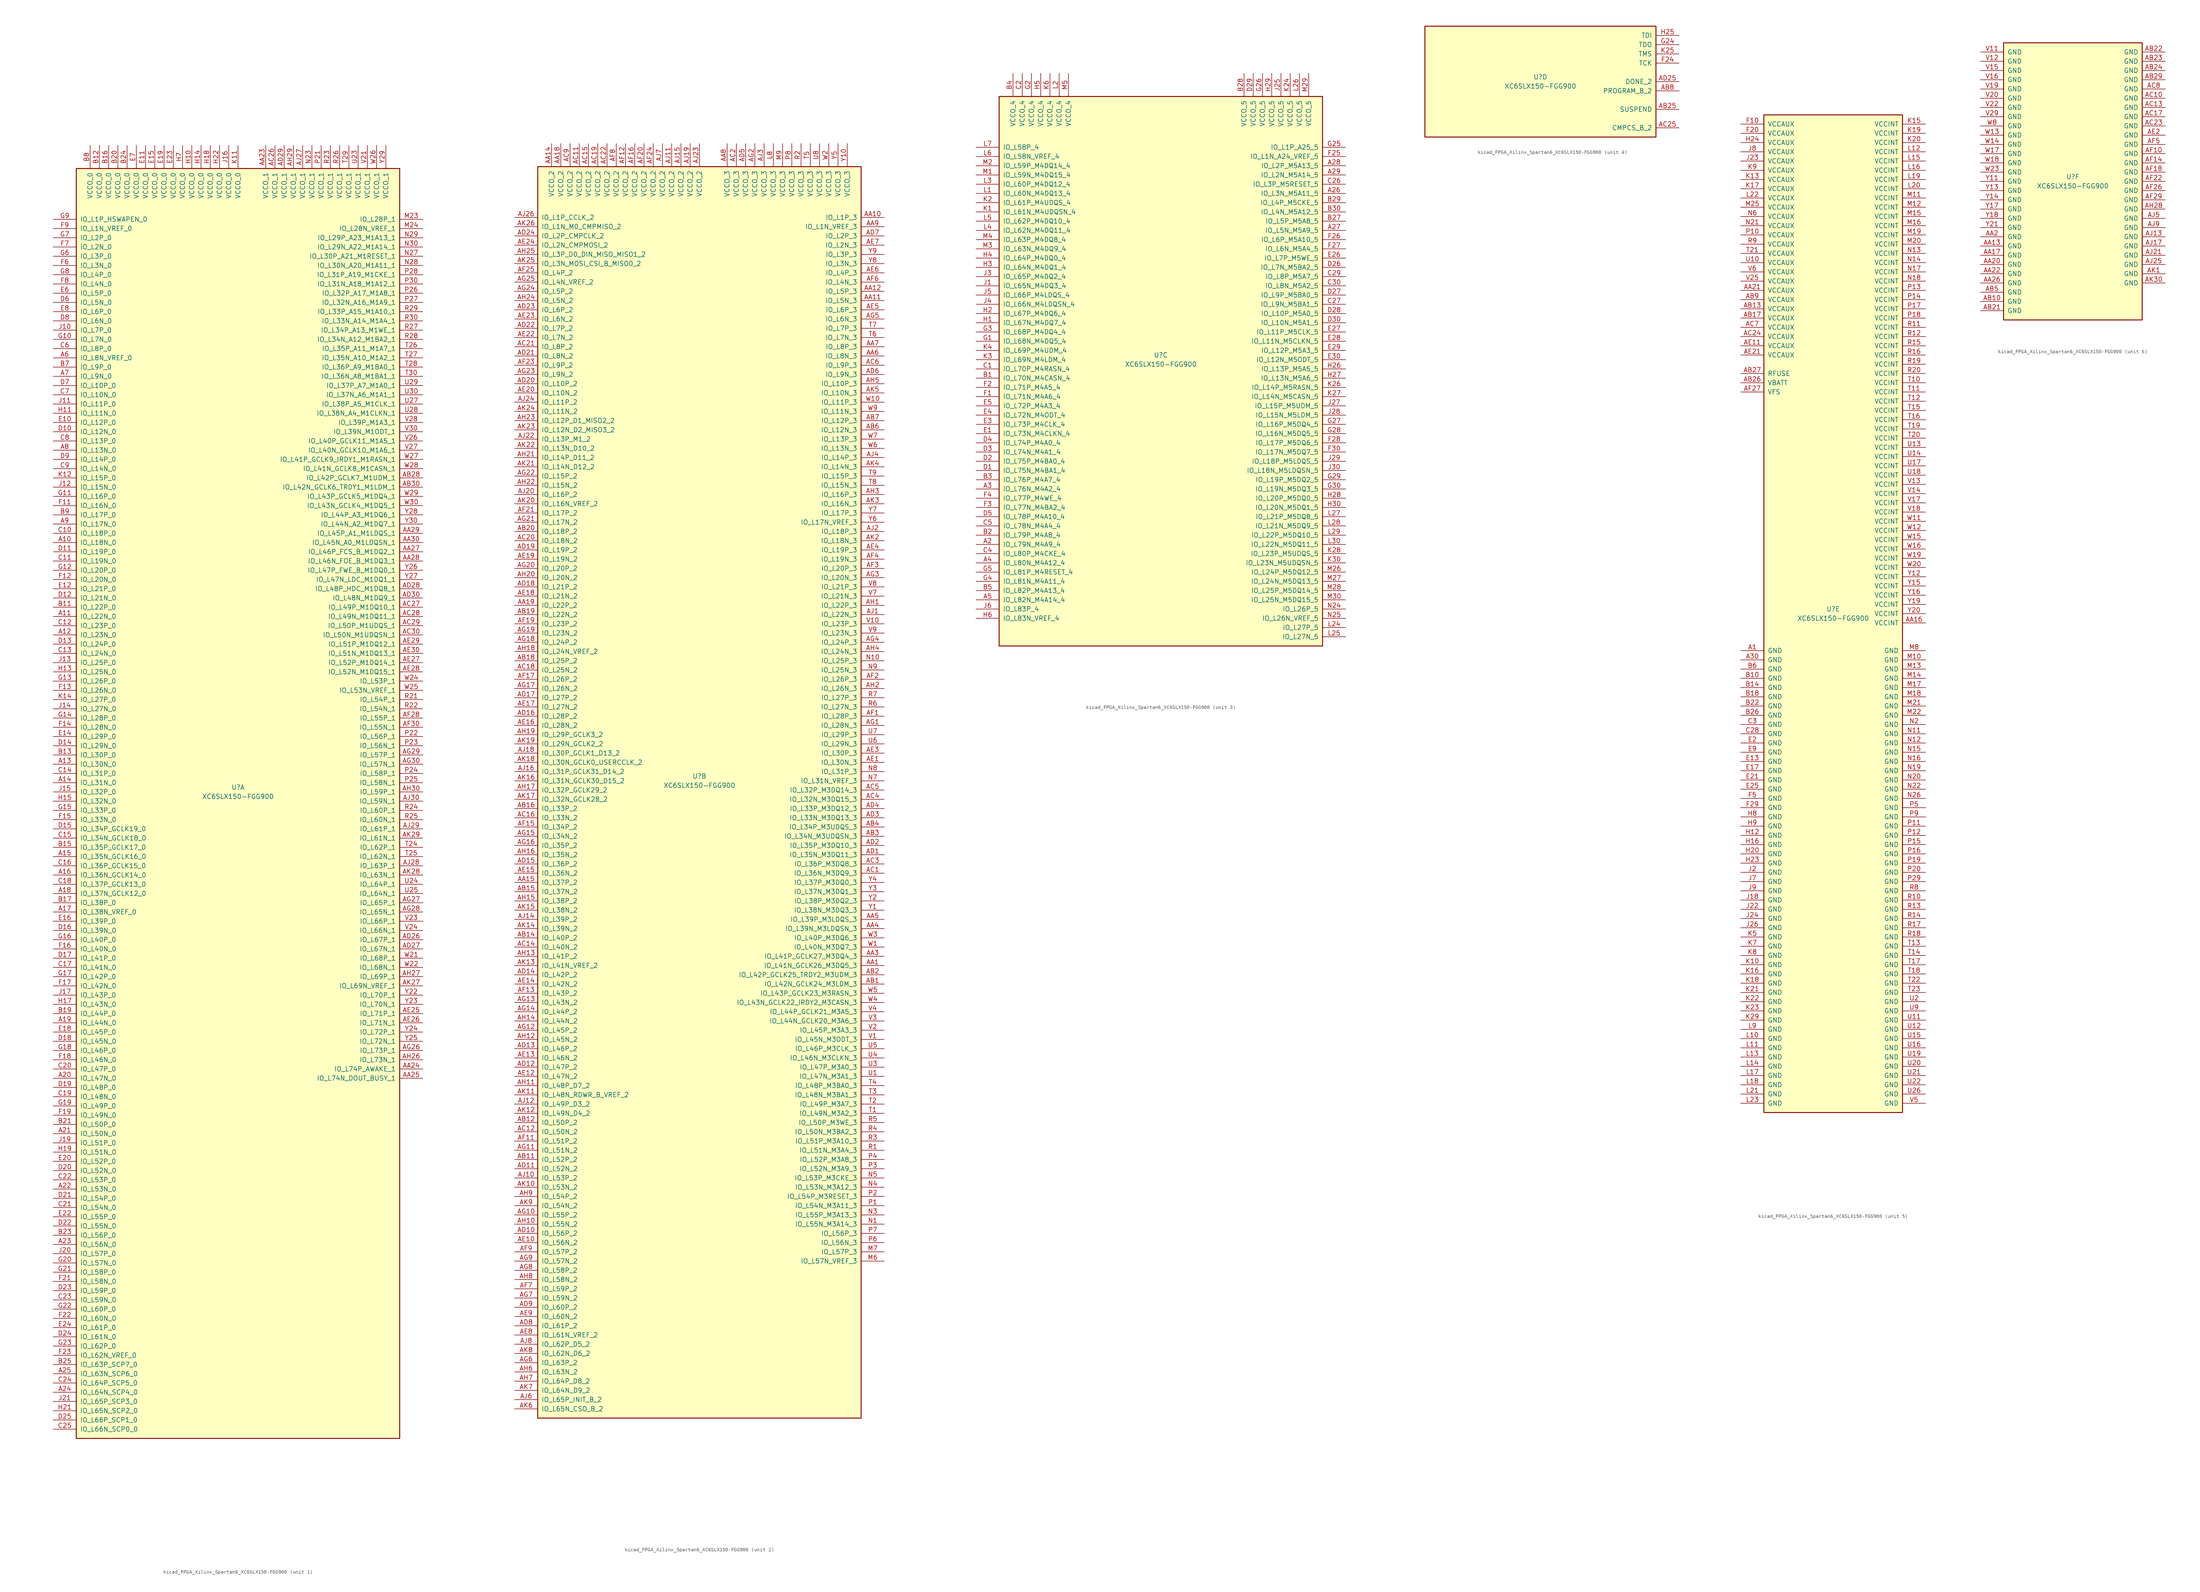
<source format=kicad_sym>
(kicad_symbol_lib
  (version 20220914)
  (generator kicad_symbol_editor)
  (symbol "kicad_FPGA_Xilinx_Spartan6_XC6SLX150-FGG900"
    (pin_names
      (offset 1.016))
    (property "Reference" "U"
      (at 0 1.27 0)
      (effects (font (size 1.27 1.27))))
    (property "Value" "XC6SLX150-FGG900"
      (at 0 -1.27 0)
      (effects (font (size 1.27 1.27))))
    (property "Datasheet" ""
      (at 0 0 0)
      (effects (font (size 1.27 1.27))))
    (property "ki_locked" ""
      (at 0 0 0)
      (effects (font (size 1.27 1.27))))
    (symbol "kicad_FPGA_Xilinx_Spartan6_XC6SLX150-FGG900_1_1"
      (rectangle (start -44.45 171.45) (end 44.45 -177.8) (stroke (width 0.254) (type default)) (fill (type background)))
      (pin bidirectional line (at -50.8 68.58 0) (length 6.35) (name "IO_L18N_0" (effects (font (size 1.27 1.27)))) (number "A10" (effects (font (size 1.27 1.27)))))
      (pin bidirectional line (at -50.8 48.26 0) (length 6.35) (name "IO_L22N_0" (effects (font (size 1.27 1.27)))) (number "A11" (effects (font (size 1.27 1.27)))))
      (pin bidirectional line (at -50.8 43.18 0) (length 6.35) (name "IO_L23N_0" (effects (font (size 1.27 1.27)))) (number "A12" (effects (font (size 1.27 1.27)))))
      (pin bidirectional line (at -50.8 7.62 0) (length 6.35) (name "IO_L30N_0" (effects (font (size 1.27 1.27)))) (number "A13" (effects (font (size 1.27 1.27)))))
      (pin bidirectional line (at -50.8 2.54 0) (length 6.35) (name "IO_L31N_0" (effects (font (size 1.27 1.27)))) (number "A14" (effects (font (size 1.27 1.27)))))
      (pin bidirectional line (at -50.8 -17.78 0) (length 6.35) (name "IO_L35N_GCLK16_0" (effects (font (size 1.27 1.27)))) (number "A15" (effects (font (size 1.27 1.27)))))
      (pin bidirectional line (at -50.8 -22.86 0) (length 6.35) (name "IO_L36N_GCLK14_0" (effects (font (size 1.27 1.27)))) (number "A16" (effects (font (size 1.27 1.27)))))
      (pin bidirectional line (at -50.8 -33.02 0) (length 6.35) (name "IO_L38N_VREF_0" (effects (font (size 1.27 1.27)))) (number "A17" (effects (font (size 1.27 1.27)))))
      (pin bidirectional line (at -50.8 -27.94 0) (length 6.35) (name "IO_L37N_GCLK12_0" (effects (font (size 1.27 1.27)))) (number "A18" (effects (font (size 1.27 1.27)))))
      (pin bidirectional line (at -50.8 -63.5 0) (length 6.35) (name "IO_L44N_0" (effects (font (size 1.27 1.27)))) (number "A19" (effects (font (size 1.27 1.27)))))
      (pin bidirectional line (at -50.8 -78.74 0) (length 6.35) (name "IO_L47N_0" (effects (font (size 1.27 1.27)))) (number "A20" (effects (font (size 1.27 1.27)))))
      (pin bidirectional line (at -50.8 -93.98 0) (length 6.35) (name "IO_L50N_0" (effects (font (size 1.27 1.27)))) (number "A21" (effects (font (size 1.27 1.27)))))
      (pin bidirectional line (at -50.8 -109.22 0) (length 6.35) (name "IO_L53N_0" (effects (font (size 1.27 1.27)))) (number "A22" (effects (font (size 1.27 1.27)))))
      (pin bidirectional line (at -50.8 -124.46 0) (length 6.35) (name "IO_L56N_0" (effects (font (size 1.27 1.27)))) (number "A23" (effects (font (size 1.27 1.27)))))
      (pin bidirectional line (at -50.8 -165.1 0) (length 6.35) (name "IO_L64N_SCP4_0" (effects (font (size 1.27 1.27)))) (number "A24" (effects (font (size 1.27 1.27)))))
      (pin bidirectional line (at -50.8 -160.02 0) (length 6.35) (name "IO_L63N_SCP6_0" (effects (font (size 1.27 1.27)))) (number "A25" (effects (font (size 1.27 1.27)))))
      (pin bidirectional line (at -50.8 119.38 0) (length 6.35) (name "IO_L8N_VREF_0" (effects (font (size 1.27 1.27)))) (number "A6" (effects (font (size 1.27 1.27)))))
      (pin bidirectional line (at -50.8 114.3 0) (length 6.35) (name "IO_L9N_0" (effects (font (size 1.27 1.27)))) (number "A7" (effects (font (size 1.27 1.27)))))
      (pin bidirectional line (at -50.8 93.98 0) (length 6.35) (name "IO_L13N_0" (effects (font (size 1.27 1.27)))) (number "A8" (effects (font (size 1.27 1.27)))))
      (pin bidirectional line (at -50.8 73.66 0) (length 6.35) (name "IO_L17N_0" (effects (font (size 1.27 1.27)))) (number "A9" (effects (font (size 1.27 1.27)))))
      (pin power_in line (at 7.62 177.8 270) (length 6.35) (name "VCCO_1" (effects (font (size 1.27 1.27)))) (number "AA23" (effects (font (size 1.27 1.27)))))
      (pin bidirectional line (at 50.8 -76.2 180) (length 6.35) (name "IO_L74P_AWAKE_1" (effects (font (size 1.27 1.27)))) (number "AA24" (effects (font (size 1.27 1.27)))))
      (pin bidirectional line (at 50.8 -78.74 180) (length 6.35) (name "IO_L74N_DOUT_BUSY_1" (effects (font (size 1.27 1.27)))) (number "AA25" (effects (font (size 1.27 1.27)))))
      (pin bidirectional line (at 50.8 66.04 180) (length 6.35) (name "IO_L46P_FCS_B_M1DQ2_1" (effects (font (size 1.27 1.27)))) (number "AA27" (effects (font (size 1.27 1.27)))))
      (pin bidirectional line (at 50.8 63.5 180) (length 6.35) (name "IO_L46N_FOE_B_M1DQ3_1" (effects (font (size 1.27 1.27)))) (number "AA28" (effects (font (size 1.27 1.27)))))
      (pin bidirectional line (at 50.8 71.12 180) (length 6.35) (name "IO_L45P_A1_M1LDQS_1" (effects (font (size 1.27 1.27)))) (number "AA29" (effects (font (size 1.27 1.27)))))
      (pin bidirectional line (at 50.8 68.58 180) (length 6.35) (name "IO_L45N_A0_M1LDQSN_1" (effects (font (size 1.27 1.27)))) (number "AA30" (effects (font (size 1.27 1.27)))))
      (pin bidirectional line (at 50.8 86.36 180) (length 6.35) (name "IO_L42P_GCLK7_M1UDM_1" (effects (font (size 1.27 1.27)))) (number "AB28" (effects (font (size 1.27 1.27)))))
      (pin bidirectional line (at 50.8 83.82 180) (length 6.35) (name "IO_L42N_GCLK6_TRDY1_M1LDM_1" (effects (font (size 1.27 1.27)))) (number "AB30" (effects (font (size 1.27 1.27)))))
      (pin power_in line (at 10.16 177.8 270) (length 6.35) (name "VCCO_1" (effects (font (size 1.27 1.27)))) (number "AC26" (effects (font (size 1.27 1.27)))))
      (pin bidirectional line (at 50.8 50.8 180) (length 6.35) (name "IO_L49P_M1DQ10_1" (effects (font (size 1.27 1.27)))) (number "AC27" (effects (font (size 1.27 1.27)))))
      (pin bidirectional line (at 50.8 48.26 180) (length 6.35) (name "IO_L49N_M1DQ11_1" (effects (font (size 1.27 1.27)))) (number "AC28" (effects (font (size 1.27 1.27)))))
      (pin bidirectional line (at 50.8 45.72 180) (length 6.35) (name "IO_L50P_M1UDQS_1" (effects (font (size 1.27 1.27)))) (number "AC29" (effects (font (size 1.27 1.27)))))
      (pin bidirectional line (at 50.8 43.18 180) (length 6.35) (name "IO_L50N_M1UDQSN_1" (effects (font (size 1.27 1.27)))) (number "AC30" (effects (font (size 1.27 1.27)))))
      (pin bidirectional line (at 50.8 -40.64 180) (length 6.35) (name "IO_L67P_1" (effects (font (size 1.27 1.27)))) (number "AD26" (effects (font (size 1.27 1.27)))))
      (pin bidirectional line (at 50.8 -43.18 180) (length 6.35) (name "IO_L67N_1" (effects (font (size 1.27 1.27)))) (number "AD27" (effects (font (size 1.27 1.27)))))
      (pin bidirectional line (at 50.8 55.88 180) (length 6.35) (name "IO_L48P_HDC_M1DQ8_1" (effects (font (size 1.27 1.27)))) (number "AD28" (effects (font (size 1.27 1.27)))))
      (pin power_in line (at 12.7 177.8 270) (length 6.35) (name "VCCO_1" (effects (font (size 1.27 1.27)))) (number "AD29" (effects (font (size 1.27 1.27)))))
      (pin bidirectional line (at 50.8 53.34 180) (length 6.35) (name "IO_L48N_M1DQ9_1" (effects (font (size 1.27 1.27)))) (number "AD30" (effects (font (size 1.27 1.27)))))
      (pin bidirectional line (at 50.8 -60.96 180) (length 6.35) (name "IO_L71P_1" (effects (font (size 1.27 1.27)))) (number "AE25" (effects (font (size 1.27 1.27)))))
      (pin bidirectional line (at 50.8 -63.5 180) (length 6.35) (name "IO_L71N_1" (effects (font (size 1.27 1.27)))) (number "AE26" (effects (font (size 1.27 1.27)))))
      (pin bidirectional line (at 50.8 35.56 180) (length 6.35) (name "IO_L52P_M1DQ14_1" (effects (font (size 1.27 1.27)))) (number "AE27" (effects (font (size 1.27 1.27)))))
      (pin bidirectional line (at 50.8 33.02 180) (length 6.35) (name "IO_L52N_M1DQ15_1" (effects (font (size 1.27 1.27)))) (number "AE28" (effects (font (size 1.27 1.27)))))
      (pin bidirectional line (at 50.8 40.64 180) (length 6.35) (name "IO_L51P_M1DQ12_1" (effects (font (size 1.27 1.27)))) (number "AE29" (effects (font (size 1.27 1.27)))))
      (pin bidirectional line (at 50.8 38.1 180) (length 6.35) (name "IO_L51N_M1DQ13_1" (effects (font (size 1.27 1.27)))) (number "AE30" (effects (font (size 1.27 1.27)))))
      (pin bidirectional line (at 50.8 20.32 180) (length 6.35) (name "IO_L55P_1" (effects (font (size 1.27 1.27)))) (number "AF28" (effects (font (size 1.27 1.27)))))
      (pin bidirectional line (at 50.8 17.78 180) (length 6.35) (name "IO_L55N_1" (effects (font (size 1.27 1.27)))) (number "AF30" (effects (font (size 1.27 1.27)))))
      (pin bidirectional line (at 50.8 -71.12 180) (length 6.35) (name "IO_L73P_1" (effects (font (size 1.27 1.27)))) (number "AG26" (effects (font (size 1.27 1.27)))))
      (pin bidirectional line (at 50.8 -30.48 180) (length 6.35) (name "IO_L65P_1" (effects (font (size 1.27 1.27)))) (number "AG27" (effects (font (size 1.27 1.27)))))
      (pin bidirectional line (at 50.8 -33.02 180) (length 6.35) (name "IO_L65N_1" (effects (font (size 1.27 1.27)))) (number "AG28" (effects (font (size 1.27 1.27)))))
      (pin bidirectional line (at 50.8 10.16 180) (length 6.35) (name "IO_L57P_1" (effects (font (size 1.27 1.27)))) (number "AG29" (effects (font (size 1.27 1.27)))))
      (pin bidirectional line (at 50.8 7.62 180) (length 6.35) (name "IO_L57N_1" (effects (font (size 1.27 1.27)))) (number "AG30" (effects (font (size 1.27 1.27)))))
      (pin bidirectional line (at 50.8 -73.66 180) (length 6.35) (name "IO_L73N_1" (effects (font (size 1.27 1.27)))) (number "AH26" (effects (font (size 1.27 1.27)))))
      (pin bidirectional line (at 50.8 -50.8 180) (length 6.35) (name "IO_L69P_1" (effects (font (size 1.27 1.27)))) (number "AH27" (effects (font (size 1.27 1.27)))))
      (pin power_in line (at 15.24 177.8 270) (length 6.35) (name "VCCO_1" (effects (font (size 1.27 1.27)))) (number "AH29" (effects (font (size 1.27 1.27)))))
      (pin bidirectional line (at 50.8 0 180) (length 6.35) (name "IO_L59P_1" (effects (font (size 1.27 1.27)))) (number "AH30" (effects (font (size 1.27 1.27)))))
      (pin power_in line (at 17.78 177.8 270) (length 6.35) (name "VCCO_1" (effects (font (size 1.27 1.27)))) (number "AJ27" (effects (font (size 1.27 1.27)))))
      (pin bidirectional line (at 50.8 -20.32 180) (length 6.35) (name "IO_L63P_1" (effects (font (size 1.27 1.27)))) (number "AJ28" (effects (font (size 1.27 1.27)))))
      (pin bidirectional line (at 50.8 -10.16 180) (length 6.35) (name "IO_L61P_1" (effects (font (size 1.27 1.27)))) (number "AJ29" (effects (font (size 1.27 1.27)))))
      (pin bidirectional line (at 50.8 -2.54 180) (length 6.35) (name "IO_L59N_1" (effects (font (size 1.27 1.27)))) (number "AJ30" (effects (font (size 1.27 1.27)))))
      (pin bidirectional line (at 50.8 -53.34 180) (length 6.35) (name "IO_L69N_VREF_1" (effects (font (size 1.27 1.27)))) (number "AK27" (effects (font (size 1.27 1.27)))))
      (pin bidirectional line (at 50.8 -22.86 180) (length 6.35) (name "IO_L63N_1" (effects (font (size 1.27 1.27)))) (number "AK28" (effects (font (size 1.27 1.27)))))
      (pin bidirectional line (at 50.8 -12.7 180) (length 6.35) (name "IO_L61N_1" (effects (font (size 1.27 1.27)))) (number "AK29" (effects (font (size 1.27 1.27)))))
      (pin bidirectional line (at -50.8 50.8 0) (length 6.35) (name "IO_L22P_0" (effects (font (size 1.27 1.27)))) (number "B11" (effects (font (size 1.27 1.27)))))
      (pin power_in line (at -38.1 177.8 270) (length 6.35) (name "VCCO_0" (effects (font (size 1.27 1.27)))) (number "B12" (effects (font (size 1.27 1.27)))))
      (pin bidirectional line (at -50.8 10.16 0) (length 6.35) (name "IO_L30P_0" (effects (font (size 1.27 1.27)))) (number "B13" (effects (font (size 1.27 1.27)))))
      (pin bidirectional line (at -50.8 -15.24 0) (length 6.35) (name "IO_L35P_GCLK17_0" (effects (font (size 1.27 1.27)))) (number "B15" (effects (font (size 1.27 1.27)))))
      (pin power_in line (at -35.56 177.8 270) (length 6.35) (name "VCCO_0" (effects (font (size 1.27 1.27)))) (number "B16" (effects (font (size 1.27 1.27)))))
      (pin bidirectional line (at -50.8 -30.48 0) (length 6.35) (name "IO_L38P_0" (effects (font (size 1.27 1.27)))) (number "B17" (effects (font (size 1.27 1.27)))))
      (pin bidirectional line (at -50.8 -60.96 0) (length 6.35) (name "IO_L44P_0" (effects (font (size 1.27 1.27)))) (number "B19" (effects (font (size 1.27 1.27)))))
      (pin power_in line (at -33.02 177.8 270) (length 6.35) (name "VCCO_0" (effects (font (size 1.27 1.27)))) (number "B20" (effects (font (size 1.27 1.27)))))
      (pin bidirectional line (at -50.8 -91.44 0) (length 6.35) (name "IO_L50P_0" (effects (font (size 1.27 1.27)))) (number "B21" (effects (font (size 1.27 1.27)))))
      (pin bidirectional line (at -50.8 -121.92 0) (length 6.35) (name "IO_L56P_0" (effects (font (size 1.27 1.27)))) (number "B23" (effects (font (size 1.27 1.27)))))
      (pin power_in line (at -30.48 177.8 270) (length 6.35) (name "VCCO_0" (effects (font (size 1.27 1.27)))) (number "B24" (effects (font (size 1.27 1.27)))))
      (pin bidirectional line (at -50.8 -157.48 0) (length 6.35) (name "IO_L63P_SCP7_0" (effects (font (size 1.27 1.27)))) (number "B25" (effects (font (size 1.27 1.27)))))
      (pin bidirectional line (at -50.8 116.84 0) (length 6.35) (name "IO_L9P_0" (effects (font (size 1.27 1.27)))) (number "B7" (effects (font (size 1.27 1.27)))))
      (pin power_in line (at -40.64 177.8 270) (length 6.35) (name "VCCO_0" (effects (font (size 1.27 1.27)))) (number "B8" (effects (font (size 1.27 1.27)))))
      (pin bidirectional line (at -50.8 76.2 0) (length 6.35) (name "IO_L17P_0" (effects (font (size 1.27 1.27)))) (number "B9" (effects (font (size 1.27 1.27)))))
      (pin bidirectional line (at -50.8 71.12 0) (length 6.35) (name "IO_L18P_0" (effects (font (size 1.27 1.27)))) (number "C10" (effects (font (size 1.27 1.27)))))
      (pin bidirectional line (at -50.8 63.5 0) (length 6.35) (name "IO_L19N_0" (effects (font (size 1.27 1.27)))) (number "C11" (effects (font (size 1.27 1.27)))))
      (pin bidirectional line (at -50.8 45.72 0) (length 6.35) (name "IO_L23P_0" (effects (font (size 1.27 1.27)))) (number "C12" (effects (font (size 1.27 1.27)))))
      (pin bidirectional line (at -50.8 38.1 0) (length 6.35) (name "IO_L24N_0" (effects (font (size 1.27 1.27)))) (number "C13" (effects (font (size 1.27 1.27)))))
      (pin bidirectional line (at -50.8 5.08 0) (length 6.35) (name "IO_L31P_0" (effects (font (size 1.27 1.27)))) (number "C14" (effects (font (size 1.27 1.27)))))
      (pin bidirectional line (at -50.8 -12.7 0) (length 6.35) (name "IO_L34N_GCLK18_0" (effects (font (size 1.27 1.27)))) (number "C15" (effects (font (size 1.27 1.27)))))
      (pin bidirectional line (at -50.8 -20.32 0) (length 6.35) (name "IO_L36P_GCLK15_0" (effects (font (size 1.27 1.27)))) (number "C16" (effects (font (size 1.27 1.27)))))
      (pin bidirectional line (at -50.8 -48.26 0) (length 6.35) (name "IO_L41N_0" (effects (font (size 1.27 1.27)))) (number "C17" (effects (font (size 1.27 1.27)))))
      (pin bidirectional line (at -50.8 -25.4 0) (length 6.35) (name "IO_L37P_GCLK13_0" (effects (font (size 1.27 1.27)))) (number "C18" (effects (font (size 1.27 1.27)))))
      (pin bidirectional line (at -50.8 -83.82 0) (length 6.35) (name "IO_L48N_0" (effects (font (size 1.27 1.27)))) (number "C19" (effects (font (size 1.27 1.27)))))
      (pin bidirectional line (at -50.8 -76.2 0) (length 6.35) (name "IO_L47P_0" (effects (font (size 1.27 1.27)))) (number "C20" (effects (font (size 1.27 1.27)))))
      (pin bidirectional line (at -50.8 -114.3 0) (length 6.35) (name "IO_L54N_0" (effects (font (size 1.27 1.27)))) (number "C21" (effects (font (size 1.27 1.27)))))
      (pin bidirectional line (at -50.8 -106.68 0) (length 6.35) (name "IO_L53P_0" (effects (font (size 1.27 1.27)))) (number "C22" (effects (font (size 1.27 1.27)))))
      (pin bidirectional line (at -50.8 -139.7 0) (length 6.35) (name "IO_L59N_0" (effects (font (size 1.27 1.27)))) (number "C23" (effects (font (size 1.27 1.27)))))
      (pin bidirectional line (at -50.8 -162.56 0) (length 6.35) (name "IO_L64P_SCP5_0" (effects (font (size 1.27 1.27)))) (number "C24" (effects (font (size 1.27 1.27)))))
      (pin bidirectional line (at -50.8 -175.26 0) (length 6.35) (name "IO_L66N_SCP0_0" (effects (font (size 1.27 1.27)))) (number "C25" (effects (font (size 1.27 1.27)))))
      (pin bidirectional line (at -50.8 121.92 0) (length 6.35) (name "IO_L8P_0" (effects (font (size 1.27 1.27)))) (number "C6" (effects (font (size 1.27 1.27)))))
      (pin bidirectional line (at -50.8 109.22 0) (length 6.35) (name "IO_L10N_0" (effects (font (size 1.27 1.27)))) (number "C7" (effects (font (size 1.27 1.27)))))
      (pin bidirectional line (at -50.8 96.52 0) (length 6.35) (name "IO_L13P_0" (effects (font (size 1.27 1.27)))) (number "C8" (effects (font (size 1.27 1.27)))))
      (pin bidirectional line (at -50.8 88.9 0) (length 6.35) (name "IO_L14N_0" (effects (font (size 1.27 1.27)))) (number "C9" (effects (font (size 1.27 1.27)))))
      (pin bidirectional line (at -50.8 99.06 0) (length 6.35) (name "IO_L12N_0" (effects (font (size 1.27 1.27)))) (number "D10" (effects (font (size 1.27 1.27)))))
      (pin bidirectional line (at -50.8 66.04 0) (length 6.35) (name "IO_L19P_0" (effects (font (size 1.27 1.27)))) (number "D11" (effects (font (size 1.27 1.27)))))
      (pin bidirectional line (at -50.8 53.34 0) (length 6.35) (name "IO_L21N_0" (effects (font (size 1.27 1.27)))) (number "D12" (effects (font (size 1.27 1.27)))))
      (pin bidirectional line (at -50.8 40.64 0) (length 6.35) (name "IO_L24P_0" (effects (font (size 1.27 1.27)))) (number "D13" (effects (font (size 1.27 1.27)))))
      (pin bidirectional line (at -50.8 12.7 0) (length 6.35) (name "IO_L29N_0" (effects (font (size 1.27 1.27)))) (number "D14" (effects (font (size 1.27 1.27)))))
      (pin bidirectional line (at -50.8 -10.16 0) (length 6.35) (name "IO_L34P_GCLK19_0" (effects (font (size 1.27 1.27)))) (number "D15" (effects (font (size 1.27 1.27)))))
      (pin bidirectional line (at -50.8 -38.1 0) (length 6.35) (name "IO_L39N_0" (effects (font (size 1.27 1.27)))) (number "D16" (effects (font (size 1.27 1.27)))))
      (pin bidirectional line (at -50.8 -45.72 0) (length 6.35) (name "IO_L41P_0" (effects (font (size 1.27 1.27)))) (number "D17" (effects (font (size 1.27 1.27)))))
      (pin bidirectional line (at -50.8 -68.58 0) (length 6.35) (name "IO_L45N_0" (effects (font (size 1.27 1.27)))) (number "D18" (effects (font (size 1.27 1.27)))))
      (pin bidirectional line (at -50.8 -81.28 0) (length 6.35) (name "IO_L48P_0" (effects (font (size 1.27 1.27)))) (number "D19" (effects (font (size 1.27 1.27)))))
      (pin bidirectional line (at -50.8 -104.14 0) (length 6.35) (name "IO_L52N_0" (effects (font (size 1.27 1.27)))) (number "D20" (effects (font (size 1.27 1.27)))))
      (pin bidirectional line (at -50.8 -111.76 0) (length 6.35) (name "IO_L54P_0" (effects (font (size 1.27 1.27)))) (number "D21" (effects (font (size 1.27 1.27)))))
      (pin bidirectional line (at -50.8 -119.38 0) (length 6.35) (name "IO_L55N_0" (effects (font (size 1.27 1.27)))) (number "D22" (effects (font (size 1.27 1.27)))))
      (pin bidirectional line (at -50.8 -137.16 0) (length 6.35) (name "IO_L59P_0" (effects (font (size 1.27 1.27)))) (number "D23" (effects (font (size 1.27 1.27)))))
      (pin bidirectional line (at -50.8 -149.86 0) (length 6.35) (name "IO_L61N_0" (effects (font (size 1.27 1.27)))) (number "D24" (effects (font (size 1.27 1.27)))))
      (pin bidirectional line (at -50.8 -172.72 0) (length 6.35) (name "IO_L66P_SCP1_0" (effects (font (size 1.27 1.27)))) (number "D25" (effects (font (size 1.27 1.27)))))
      (pin bidirectional line (at -50.8 134.62 0) (length 6.35) (name "IO_L5N_0" (effects (font (size 1.27 1.27)))) (number "D6" (effects (font (size 1.27 1.27)))))
      (pin bidirectional line (at -50.8 111.76 0) (length 6.35) (name "IO_L10P_0" (effects (font (size 1.27 1.27)))) (number "D7" (effects (font (size 1.27 1.27)))))
      (pin bidirectional line (at -50.8 129.54 0) (length 6.35) (name "IO_L6N_0" (effects (font (size 1.27 1.27)))) (number "D8" (effects (font (size 1.27 1.27)))))
      (pin bidirectional line (at -50.8 91.44 0) (length 6.35) (name "IO_L14P_0" (effects (font (size 1.27 1.27)))) (number "D9" (effects (font (size 1.27 1.27)))))
      (pin bidirectional line (at -50.8 101.6 0) (length 6.35) (name "IO_L12P_0" (effects (font (size 1.27 1.27)))) (number "E10" (effects (font (size 1.27 1.27)))))
      (pin power_in line (at -25.4 177.8 270) (length 6.35) (name "VCCO_0" (effects (font (size 1.27 1.27)))) (number "E11" (effects (font (size 1.27 1.27)))))
      (pin bidirectional line (at -50.8 55.88 0) (length 6.35) (name "IO_L21P_0" (effects (font (size 1.27 1.27)))) (number "E12" (effects (font (size 1.27 1.27)))))
      (pin bidirectional line (at -50.8 15.24 0) (length 6.35) (name "IO_L29P_0" (effects (font (size 1.27 1.27)))) (number "E14" (effects (font (size 1.27 1.27)))))
      (pin power_in line (at -22.86 177.8 270) (length 6.35) (name "VCCO_0" (effects (font (size 1.27 1.27)))) (number "E15" (effects (font (size 1.27 1.27)))))
      (pin bidirectional line (at -50.8 -35.56 0) (length 6.35) (name "IO_L39P_0" (effects (font (size 1.27 1.27)))) (number "E16" (effects (font (size 1.27 1.27)))))
      (pin bidirectional line (at -50.8 -66.04 0) (length 6.35) (name "IO_L45P_0" (effects (font (size 1.27 1.27)))) (number "E18" (effects (font (size 1.27 1.27)))))
      (pin power_in line (at -20.32 177.8 270) (length 6.35) (name "VCCO_0" (effects (font (size 1.27 1.27)))) (number "E19" (effects (font (size 1.27 1.27)))))
      (pin bidirectional line (at -50.8 -101.6 0) (length 6.35) (name "IO_L52P_0" (effects (font (size 1.27 1.27)))) (number "E20" (effects (font (size 1.27 1.27)))))
      (pin bidirectional line (at -50.8 -116.84 0) (length 6.35) (name "IO_L55P_0" (effects (font (size 1.27 1.27)))) (number "E22" (effects (font (size 1.27 1.27)))))
      (pin power_in line (at -17.78 177.8 270) (length 6.35) (name "VCCO_0" (effects (font (size 1.27 1.27)))) (number "E23" (effects (font (size 1.27 1.27)))))
      (pin bidirectional line (at -50.8 -147.32 0) (length 6.35) (name "IO_L61P_0" (effects (font (size 1.27 1.27)))) (number "E24" (effects (font (size 1.27 1.27)))))
      (pin bidirectional line (at -50.8 137.16 0) (length 6.35) (name "IO_L5P_0" (effects (font (size 1.27 1.27)))) (number "E6" (effects (font (size 1.27 1.27)))))
      (pin power_in line (at -27.94 177.8 270) (length 6.35) (name "VCCO_0" (effects (font (size 1.27 1.27)))) (number "E7" (effects (font (size 1.27 1.27)))))
      (pin bidirectional line (at -50.8 132.08 0) (length 6.35) (name "IO_L6P_0" (effects (font (size 1.27 1.27)))) (number "E8" (effects (font (size 1.27 1.27)))))
      (pin bidirectional line (at -50.8 78.74 0) (length 6.35) (name "IO_L16N_0" (effects (font (size 1.27 1.27)))) (number "F11" (effects (font (size 1.27 1.27)))))
      (pin bidirectional line (at -50.8 58.42 0) (length 6.35) (name "IO_L20N_0" (effects (font (size 1.27 1.27)))) (number "F12" (effects (font (size 1.27 1.27)))))
      (pin bidirectional line (at -50.8 27.94 0) (length 6.35) (name "IO_L26N_0" (effects (font (size 1.27 1.27)))) (number "F13" (effects (font (size 1.27 1.27)))))
      (pin bidirectional line (at -50.8 17.78 0) (length 6.35) (name "IO_L28N_0" (effects (font (size 1.27 1.27)))) (number "F14" (effects (font (size 1.27 1.27)))))
      (pin bidirectional line (at -50.8 -7.62 0) (length 6.35) (name "IO_L33N_0" (effects (font (size 1.27 1.27)))) (number "F15" (effects (font (size 1.27 1.27)))))
      (pin bidirectional line (at -50.8 -43.18 0) (length 6.35) (name "IO_L40N_0" (effects (font (size 1.27 1.27)))) (number "F16" (effects (font (size 1.27 1.27)))))
      (pin bidirectional line (at -50.8 -53.34 0) (length 6.35) (name "IO_L42N_0" (effects (font (size 1.27 1.27)))) (number "F17" (effects (font (size 1.27 1.27)))))
      (pin bidirectional line (at -50.8 -73.66 0) (length 6.35) (name "IO_L46N_0" (effects (font (size 1.27 1.27)))) (number "F18" (effects (font (size 1.27 1.27)))))
      (pin bidirectional line (at -50.8 -88.9 0) (length 6.35) (name "IO_L49N_0" (effects (font (size 1.27 1.27)))) (number "F19" (effects (font (size 1.27 1.27)))))
      (pin bidirectional line (at -50.8 -134.62 0) (length 6.35) (name "IO_L58N_0" (effects (font (size 1.27 1.27)))) (number "F21" (effects (font (size 1.27 1.27)))))
      (pin bidirectional line (at -50.8 -144.78 0) (length 6.35) (name "IO_L60N_0" (effects (font (size 1.27 1.27)))) (number "F22" (effects (font (size 1.27 1.27)))))
      (pin bidirectional line (at -50.8 -154.94 0) (length 6.35) (name "IO_L62N_VREF_0" (effects (font (size 1.27 1.27)))) (number "F23" (effects (font (size 1.27 1.27)))))
      (pin bidirectional line (at -50.8 144.78 0) (length 6.35) (name "IO_L3N_0" (effects (font (size 1.27 1.27)))) (number "F6" (effects (font (size 1.27 1.27)))))
      (pin bidirectional line (at -50.8 149.86 0) (length 6.35) (name "IO_L2N_0" (effects (font (size 1.27 1.27)))) (number "F7" (effects (font (size 1.27 1.27)))))
      (pin bidirectional line (at -50.8 139.7 0) (length 6.35) (name "IO_L4N_0" (effects (font (size 1.27 1.27)))) (number "F8" (effects (font (size 1.27 1.27)))))
      (pin bidirectional line (at -50.8 154.94 0) (length 6.35) (name "IO_L1N_VREF_0" (effects (font (size 1.27 1.27)))) (number "F9" (effects (font (size 1.27 1.27)))))
      (pin bidirectional line (at -50.8 124.46 0) (length 6.35) (name "IO_L7N_0" (effects (font (size 1.27 1.27)))) (number "G10" (effects (font (size 1.27 1.27)))))
      (pin bidirectional line (at -50.8 81.28 0) (length 6.35) (name "IO_L16P_0" (effects (font (size 1.27 1.27)))) (number "G11" (effects (font (size 1.27 1.27)))))
      (pin bidirectional line (at -50.8 60.96 0) (length 6.35) (name "IO_L20P_0" (effects (font (size 1.27 1.27)))) (number "G12" (effects (font (size 1.27 1.27)))))
      (pin bidirectional line (at -50.8 30.48 0) (length 6.35) (name "IO_L26P_0" (effects (font (size 1.27 1.27)))) (number "G13" (effects (font (size 1.27 1.27)))))
      (pin bidirectional line (at -50.8 20.32 0) (length 6.35) (name "IO_L28P_0" (effects (font (size 1.27 1.27)))) (number "G14" (effects (font (size 1.27 1.27)))))
      (pin bidirectional line (at -50.8 -5.08 0) (length 6.35) (name "IO_L33P_0" (effects (font (size 1.27 1.27)))) (number "G15" (effects (font (size 1.27 1.27)))))
      (pin bidirectional line (at -50.8 -40.64 0) (length 6.35) (name "IO_L40P_0" (effects (font (size 1.27 1.27)))) (number "G16" (effects (font (size 1.27 1.27)))))
      (pin bidirectional line (at -50.8 -50.8 0) (length 6.35) (name "IO_L42P_0" (effects (font (size 1.27 1.27)))) (number "G17" (effects (font (size 1.27 1.27)))))
      (pin bidirectional line (at -50.8 -71.12 0) (length 6.35) (name "IO_L46P_0" (effects (font (size 1.27 1.27)))) (number "G18" (effects (font (size 1.27 1.27)))))
      (pin bidirectional line (at -50.8 -86.36 0) (length 6.35) (name "IO_L49P_0" (effects (font (size 1.27 1.27)))) (number "G19" (effects (font (size 1.27 1.27)))))
      (pin bidirectional line (at -50.8 -129.54 0) (length 6.35) (name "IO_L57N_0" (effects (font (size 1.27 1.27)))) (number "G20" (effects (font (size 1.27 1.27)))))
      (pin bidirectional line (at -50.8 -132.08 0) (length 6.35) (name "IO_L58P_0" (effects (font (size 1.27 1.27)))) (number "G21" (effects (font (size 1.27 1.27)))))
      (pin bidirectional line (at -50.8 -142.24 0) (length 6.35) (name "IO_L60P_0" (effects (font (size 1.27 1.27)))) (number "G22" (effects (font (size 1.27 1.27)))))
      (pin bidirectional line (at -50.8 -152.4 0) (length 6.35) (name "IO_L62P_0" (effects (font (size 1.27 1.27)))) (number "G23" (effects (font (size 1.27 1.27)))))
      (pin bidirectional line (at -50.8 147.32 0) (length 6.35) (name "IO_L3P_0" (effects (font (size 1.27 1.27)))) (number "G6" (effects (font (size 1.27 1.27)))))
      (pin bidirectional line (at -50.8 152.4 0) (length 6.35) (name "IO_L2P_0" (effects (font (size 1.27 1.27)))) (number "G7" (effects (font (size 1.27 1.27)))))
      (pin bidirectional line (at -50.8 142.24 0) (length 6.35) (name "IO_L4P_0" (effects (font (size 1.27 1.27)))) (number "G8" (effects (font (size 1.27 1.27)))))
      (pin bidirectional line (at -50.8 157.48 0) (length 6.35) (name "IO_L1P_HSWAPEN_0" (effects (font (size 1.27 1.27)))) (number "G9" (effects (font (size 1.27 1.27)))))
      (pin power_in line (at -12.7 177.8 270) (length 6.35) (name "VCCO_0" (effects (font (size 1.27 1.27)))) (number "H10" (effects (font (size 1.27 1.27)))))
      (pin bidirectional line (at -50.8 104.14 0) (length 6.35) (name "IO_L11N_0" (effects (font (size 1.27 1.27)))) (number "H11" (effects (font (size 1.27 1.27)))))
      (pin bidirectional line (at -50.8 33.02 0) (length 6.35) (name "IO_L25N_0" (effects (font (size 1.27 1.27)))) (number "H13" (effects (font (size 1.27 1.27)))))
      (pin power_in line (at -10.16 177.8 270) (length 6.35) (name "VCCO_0" (effects (font (size 1.27 1.27)))) (number "H14" (effects (font (size 1.27 1.27)))))
      (pin bidirectional line (at -50.8 -2.54 0) (length 6.35) (name "IO_L32N_0" (effects (font (size 1.27 1.27)))) (number "H15" (effects (font (size 1.27 1.27)))))
      (pin bidirectional line (at -50.8 -58.42 0) (length 6.35) (name "IO_L43N_0" (effects (font (size 1.27 1.27)))) (number "H17" (effects (font (size 1.27 1.27)))))
      (pin power_in line (at -7.62 177.8 270) (length 6.35) (name "VCCO_0" (effects (font (size 1.27 1.27)))) (number "H18" (effects (font (size 1.27 1.27)))))
      (pin bidirectional line (at -50.8 -99.06 0) (length 6.35) (name "IO_L51N_0" (effects (font (size 1.27 1.27)))) (number "H19" (effects (font (size 1.27 1.27)))))
      (pin bidirectional line (at -50.8 -170.18 0) (length 6.35) (name "IO_L65N_SCP2_0" (effects (font (size 1.27 1.27)))) (number "H21" (effects (font (size 1.27 1.27)))))
      (pin power_in line (at -5.08 177.8 270) (length 6.35) (name "VCCO_0" (effects (font (size 1.27 1.27)))) (number "H22" (effects (font (size 1.27 1.27)))))
      (pin power_in line (at -15.24 177.8 270) (length 6.35) (name "VCCO_0" (effects (font (size 1.27 1.27)))) (number "H7" (effects (font (size 1.27 1.27)))))
      (pin bidirectional line (at -50.8 127 0) (length 6.35) (name "IO_L7P_0" (effects (font (size 1.27 1.27)))) (number "J10" (effects (font (size 1.27 1.27)))))
      (pin bidirectional line (at -50.8 106.68 0) (length 6.35) (name "IO_L11P_0" (effects (font (size 1.27 1.27)))) (number "J11" (effects (font (size 1.27 1.27)))))
      (pin bidirectional line (at -50.8 83.82 0) (length 6.35) (name "IO_L15N_0" (effects (font (size 1.27 1.27)))) (number "J12" (effects (font (size 1.27 1.27)))))
      (pin bidirectional line (at -50.8 35.56 0) (length 6.35) (name "IO_L25P_0" (effects (font (size 1.27 1.27)))) (number "J13" (effects (font (size 1.27 1.27)))))
      (pin bidirectional line (at -50.8 22.86 0) (length 6.35) (name "IO_L27N_0" (effects (font (size 1.27 1.27)))) (number "J14" (effects (font (size 1.27 1.27)))))
      (pin bidirectional line (at -50.8 0 0) (length 6.35) (name "IO_L32P_0" (effects (font (size 1.27 1.27)))) (number "J15" (effects (font (size 1.27 1.27)))))
      (pin power_in line (at -2.54 177.8 270) (length 6.35) (name "VCCO_0" (effects (font (size 1.27 1.27)))) (number "J16" (effects (font (size 1.27 1.27)))))
      (pin bidirectional line (at -50.8 -55.88 0) (length 6.35) (name "IO_L43P_0" (effects (font (size 1.27 1.27)))) (number "J17" (effects (font (size 1.27 1.27)))))
      (pin bidirectional line (at -50.8 -96.52 0) (length 6.35) (name "IO_L51P_0" (effects (font (size 1.27 1.27)))) (number "J19" (effects (font (size 1.27 1.27)))))
      (pin bidirectional line (at -50.8 -127 0) (length 6.35) (name "IO_L57P_0" (effects (font (size 1.27 1.27)))) (number "J20" (effects (font (size 1.27 1.27)))))
      (pin bidirectional line (at -50.8 -167.64 0) (length 6.35) (name "IO_L65P_SCP3_0" (effects (font (size 1.27 1.27)))) (number "J21" (effects (font (size 1.27 1.27)))))
      (pin power_in line (at 0 177.8 270) (length 6.35) (name "VCCO_0" (effects (font (size 1.27 1.27)))) (number "K11" (effects (font (size 1.27 1.27)))))
      (pin bidirectional line (at -50.8 86.36 0) (length 6.35) (name "IO_L15P_0" (effects (font (size 1.27 1.27)))) (number "K12" (effects (font (size 1.27 1.27)))))
      (pin bidirectional line (at -50.8 25.4 0) (length 6.35) (name "IO_L27P_0" (effects (font (size 1.27 1.27)))) (number "K14" (effects (font (size 1.27 1.27)))))
      (pin bidirectional line (at 50.8 157.48 180) (length 6.35) (name "IO_L28P_1" (effects (font (size 1.27 1.27)))) (number "M23" (effects (font (size 1.27 1.27)))))
      (pin bidirectional line (at 50.8 154.94 180) (length 6.35) (name "IO_L28N_VREF_1" (effects (font (size 1.27 1.27)))) (number "M24" (effects (font (size 1.27 1.27)))))
      (pin power_in line (at 20.32 177.8 270) (length 6.35) (name "VCCO_1" (effects (font (size 1.27 1.27)))) (number "N23" (effects (font (size 1.27 1.27)))))
      (pin bidirectional line (at 50.8 147.32 180) (length 6.35) (name "IO_L30P_A21_M1RESET_1" (effects (font (size 1.27 1.27)))) (number "N27" (effects (font (size 1.27 1.27)))))
      (pin bidirectional line (at 50.8 144.78 180) (length 6.35) (name "IO_L30N_A20_M1A11_1" (effects (font (size 1.27 1.27)))) (number "N28" (effects (font (size 1.27 1.27)))))
      (pin bidirectional line (at 50.8 152.4 180) (length 6.35) (name "IO_L29P_A23_M1A13_1" (effects (font (size 1.27 1.27)))) (number "N29" (effects (font (size 1.27 1.27)))))
      (pin bidirectional line (at 50.8 149.86 180) (length 6.35) (name "IO_L29N_A22_M1A14_1" (effects (font (size 1.27 1.27)))) (number "N30" (effects (font (size 1.27 1.27)))))
      (pin power_in line (at 22.86 177.8 270) (length 6.35) (name "VCCO_1" (effects (font (size 1.27 1.27)))) (number "P21" (effects (font (size 1.27 1.27)))))
      (pin bidirectional line (at 50.8 15.24 180) (length 6.35) (name "IO_L56P_1" (effects (font (size 1.27 1.27)))) (number "P22" (effects (font (size 1.27 1.27)))))
      (pin bidirectional line (at 50.8 12.7 180) (length 6.35) (name "IO_L56N_1" (effects (font (size 1.27 1.27)))) (number "P23" (effects (font (size 1.27 1.27)))))
      (pin bidirectional line (at 50.8 5.08 180) (length 6.35) (name "IO_L58P_1" (effects (font (size 1.27 1.27)))) (number "P24" (effects (font (size 1.27 1.27)))))
      (pin bidirectional line (at 50.8 2.54 180) (length 6.35) (name "IO_L58N_1" (effects (font (size 1.27 1.27)))) (number "P25" (effects (font (size 1.27 1.27)))))
      (pin bidirectional line (at 50.8 137.16 180) (length 6.35) (name "IO_L32P_A17_M1A8_1" (effects (font (size 1.27 1.27)))) (number "P26" (effects (font (size 1.27 1.27)))))
      (pin bidirectional line (at 50.8 134.62 180) (length 6.35) (name "IO_L32N_A16_M1A9_1" (effects (font (size 1.27 1.27)))) (number "P27" (effects (font (size 1.27 1.27)))))
      (pin bidirectional line (at 50.8 142.24 180) (length 6.35) (name "IO_L31P_A19_M1CKE_1" (effects (font (size 1.27 1.27)))) (number "P28" (effects (font (size 1.27 1.27)))))
      (pin bidirectional line (at 50.8 139.7 180) (length 6.35) (name "IO_L31N_A18_M1A12_1" (effects (font (size 1.27 1.27)))) (number "P30" (effects (font (size 1.27 1.27)))))
      (pin bidirectional line (at 50.8 25.4 180) (length 6.35) (name "IO_L54P_1" (effects (font (size 1.27 1.27)))) (number "R21" (effects (font (size 1.27 1.27)))))
      (pin bidirectional line (at 50.8 22.86 180) (length 6.35) (name "IO_L54N_1" (effects (font (size 1.27 1.27)))) (number "R22" (effects (font (size 1.27 1.27)))))
      (pin power_in line (at 25.4 177.8 270) (length 6.35) (name "VCCO_1" (effects (font (size 1.27 1.27)))) (number "R23" (effects (font (size 1.27 1.27)))))
      (pin bidirectional line (at 50.8 -5.08 180) (length 6.35) (name "IO_L60P_1" (effects (font (size 1.27 1.27)))) (number "R24" (effects (font (size 1.27 1.27)))))
      (pin bidirectional line (at 50.8 -7.62 180) (length 6.35) (name "IO_L60N_1" (effects (font (size 1.27 1.27)))) (number "R25" (effects (font (size 1.27 1.27)))))
      (pin power_in line (at 27.94 177.8 270) (length 6.35) (name "VCCO_1" (effects (font (size 1.27 1.27)))) (number "R26" (effects (font (size 1.27 1.27)))))
      (pin bidirectional line (at 50.8 127 180) (length 6.35) (name "IO_L34P_A13_M1WE_1" (effects (font (size 1.27 1.27)))) (number "R27" (effects (font (size 1.27 1.27)))))
      (pin bidirectional line (at 50.8 124.46 180) (length 6.35) (name "IO_L34N_A12_M1BA2_1" (effects (font (size 1.27 1.27)))) (number "R28" (effects (font (size 1.27 1.27)))))
      (pin bidirectional line (at 50.8 132.08 180) (length 6.35) (name "IO_L33P_A15_M1A10_1" (effects (font (size 1.27 1.27)))) (number "R29" (effects (font (size 1.27 1.27)))))
      (pin bidirectional line (at 50.8 129.54 180) (length 6.35) (name "IO_L33N_A14_M1A4_1" (effects (font (size 1.27 1.27)))) (number "R30" (effects (font (size 1.27 1.27)))))
      (pin bidirectional line (at 50.8 -15.24 180) (length 6.35) (name "IO_L62P_1" (effects (font (size 1.27 1.27)))) (number "T24" (effects (font (size 1.27 1.27)))))
      (pin bidirectional line (at 50.8 -17.78 180) (length 6.35) (name "IO_L62N_1" (effects (font (size 1.27 1.27)))) (number "T25" (effects (font (size 1.27 1.27)))))
      (pin bidirectional line (at 50.8 121.92 180) (length 6.35) (name "IO_L35P_A11_M1A7_1" (effects (font (size 1.27 1.27)))) (number "T26" (effects (font (size 1.27 1.27)))))
      (pin bidirectional line (at 50.8 119.38 180) (length 6.35) (name "IO_L35N_A10_M1A2_1" (effects (font (size 1.27 1.27)))) (number "T27" (effects (font (size 1.27 1.27)))))
      (pin bidirectional line (at 50.8 116.84 180) (length 6.35) (name "IO_L36P_A9_M1BA0_1" (effects (font (size 1.27 1.27)))) (number "T28" (effects (font (size 1.27 1.27)))))
      (pin power_in line (at 30.48 177.8 270) (length 6.35) (name "VCCO_1" (effects (font (size 1.27 1.27)))) (number "T29" (effects (font (size 1.27 1.27)))))
      (pin bidirectional line (at 50.8 114.3 180) (length 6.35) (name "IO_L36N_A8_M1BA1_1" (effects (font (size 1.27 1.27)))) (number "T30" (effects (font (size 1.27 1.27)))))
      (pin power_in line (at 33.02 177.8 270) (length 6.35) (name "VCCO_1" (effects (font (size 1.27 1.27)))) (number "U23" (effects (font (size 1.27 1.27)))))
      (pin bidirectional line (at 50.8 -25.4 180) (length 6.35) (name "IO_L64P_1" (effects (font (size 1.27 1.27)))) (number "U24" (effects (font (size 1.27 1.27)))))
      (pin bidirectional line (at 50.8 -27.94 180) (length 6.35) (name "IO_L64N_1" (effects (font (size 1.27 1.27)))) (number "U25" (effects (font (size 1.27 1.27)))))
      (pin bidirectional line (at 50.8 106.68 180) (length 6.35) (name "IO_L38P_A5_M1CLK_1" (effects (font (size 1.27 1.27)))) (number "U27" (effects (font (size 1.27 1.27)))))
      (pin bidirectional line (at 50.8 104.14 180) (length 6.35) (name "IO_L38N_A4_M1CLKN_1" (effects (font (size 1.27 1.27)))) (number "U28" (effects (font (size 1.27 1.27)))))
      (pin bidirectional line (at 50.8 111.76 180) (length 6.35) (name "IO_L37P_A7_M1A0_1" (effects (font (size 1.27 1.27)))) (number "U29" (effects (font (size 1.27 1.27)))))
      (pin bidirectional line (at 50.8 109.22 180) (length 6.35) (name "IO_L37N_A6_M1A1_1" (effects (font (size 1.27 1.27)))) (number "U30" (effects (font (size 1.27 1.27)))))
      (pin power_in line (at 35.56 177.8 270) (length 6.35) (name "VCCO_1" (effects (font (size 1.27 1.27)))) (number "V21" (effects (font (size 1.27 1.27)))))
      (pin bidirectional line (at 50.8 -35.56 180) (length 6.35) (name "IO_L66P_1" (effects (font (size 1.27 1.27)))) (number "V23" (effects (font (size 1.27 1.27)))))
      (pin bidirectional line (at 50.8 -38.1 180) (length 6.35) (name "IO_L66N_1" (effects (font (size 1.27 1.27)))) (number "V24" (effects (font (size 1.27 1.27)))))
      (pin bidirectional line (at 50.8 96.52 180) (length 6.35) (name "IO_L40P_GCLK11_M1A5_1" (effects (font (size 1.27 1.27)))) (number "V26" (effects (font (size 1.27 1.27)))))
      (pin bidirectional line (at 50.8 93.98 180) (length 6.35) (name "IO_L40N_GCLK10_M1A6_1" (effects (font (size 1.27 1.27)))) (number "V27" (effects (font (size 1.27 1.27)))))
      (pin bidirectional line (at 50.8 101.6 180) (length 6.35) (name "IO_L39P_M1A3_1" (effects (font (size 1.27 1.27)))) (number "V28" (effects (font (size 1.27 1.27)))))
      (pin bidirectional line (at 50.8 99.06 180) (length 6.35) (name "IO_L39N_M1ODT_1" (effects (font (size 1.27 1.27)))) (number "V30" (effects (font (size 1.27 1.27)))))
      (pin bidirectional line (at 50.8 -45.72 180) (length 6.35) (name "IO_L68P_1" (effects (font (size 1.27 1.27)))) (number "W21" (effects (font (size 1.27 1.27)))))
      (pin bidirectional line (at 50.8 -48.26 180) (length 6.35) (name "IO_L68N_1" (effects (font (size 1.27 1.27)))) (number "W22" (effects (font (size 1.27 1.27)))))
      (pin bidirectional line (at 50.8 30.48 180) (length 6.35) (name "IO_L53P_1" (effects (font (size 1.27 1.27)))) (number "W24" (effects (font (size 1.27 1.27)))))
      (pin bidirectional line (at 50.8 27.94 180) (length 6.35) (name "IO_L53N_VREF_1" (effects (font (size 1.27 1.27)))) (number "W25" (effects (font (size 1.27 1.27)))))
      (pin power_in line (at 38.1 177.8 270) (length 6.35) (name "VCCO_1" (effects (font (size 1.27 1.27)))) (number "W26" (effects (font (size 1.27 1.27)))))
      (pin bidirectional line (at 50.8 91.44 180) (length 6.35) (name "IO_L41P_GCLK9_IRDY1_M1RASN_1" (effects (font (size 1.27 1.27)))) (number "W27" (effects (font (size 1.27 1.27)))))
      (pin bidirectional line (at 50.8 88.9 180) (length 6.35) (name "IO_L41N_GCLK8_M1CASN_1" (effects (font (size 1.27 1.27)))) (number "W28" (effects (font (size 1.27 1.27)))))
      (pin bidirectional line (at 50.8 81.28 180) (length 6.35) (name "IO_L43P_GCLK5_M1DQ4_1" (effects (font (size 1.27 1.27)))) (number "W29" (effects (font (size 1.27 1.27)))))
      (pin bidirectional line (at 50.8 78.74 180) (length 6.35) (name "IO_L43N_GCLK4_M1DQ5_1" (effects (font (size 1.27 1.27)))) (number "W30" (effects (font (size 1.27 1.27)))))
      (pin bidirectional line (at 50.8 -55.88 180) (length 6.35) (name "IO_L70P_1" (effects (font (size 1.27 1.27)))) (number "Y22" (effects (font (size 1.27 1.27)))))
      (pin bidirectional line (at 50.8 -58.42 180) (length 6.35) (name "IO_L70N_1" (effects (font (size 1.27 1.27)))) (number "Y23" (effects (font (size 1.27 1.27)))))
      (pin bidirectional line (at 50.8 -66.04 180) (length 6.35) (name "IO_L72P_1" (effects (font (size 1.27 1.27)))) (number "Y24" (effects (font (size 1.27 1.27)))))
      (pin bidirectional line (at 50.8 -68.58 180) (length 6.35) (name "IO_L72N_1" (effects (font (size 1.27 1.27)))) (number "Y25" (effects (font (size 1.27 1.27)))))
      (pin bidirectional line (at 50.8 60.96 180) (length 6.35) (name "IO_L47P_FWE_B_M1DQ0_1" (effects (font (size 1.27 1.27)))) (number "Y26" (effects (font (size 1.27 1.27)))))
      (pin bidirectional line (at 50.8 58.42 180) (length 6.35) (name "IO_L47N_LDC_M1DQ1_1" (effects (font (size 1.27 1.27)))) (number "Y27" (effects (font (size 1.27 1.27)))))
      (pin bidirectional line (at 50.8 76.2 180) (length 6.35) (name "IO_L44P_A3_M1DQ6_1" (effects (font (size 1.27 1.27)))) (number "Y28" (effects (font (size 1.27 1.27)))))
      (pin power_in line (at 40.64 177.8 270) (length 6.35) (name "VCCO_1" (effects (font (size 1.27 1.27)))) (number "Y29" (effects (font (size 1.27 1.27)))))
      (pin bidirectional line (at 50.8 73.66 180) (length 6.35) (name "IO_L44N_A2_M1DQ7_1" (effects (font (size 1.27 1.27)))) (number "Y30" (effects (font (size 1.27 1.27))))))
    (symbol "kicad_FPGA_Xilinx_Spartan6_XC6SLX150-FGG900_2_1"
      (rectangle (start -44.45 168.91) (end 44.45 -175.26) (stroke (width 0.254) (type default)) (fill (type background)))
      (pin bidirectional line (at 50.8 -50.8 180) (length 6.35) (name "IO_L41N_GCLK26_M3DQ5_3" (effects (font (size 1.27 1.27)))) (number "AA1" (effects (font (size 1.27 1.27)))))
      (pin bidirectional line (at 50.8 154.94 180) (length 6.35) (name "IO_L1P_3" (effects (font (size 1.27 1.27)))) (number "AA10" (effects (font (size 1.27 1.27)))))
      (pin bidirectional line (at 50.8 132.08 180) (length 6.35) (name "IO_L5N_3" (effects (font (size 1.27 1.27)))) (number "AA11" (effects (font (size 1.27 1.27)))))
      (pin bidirectional line (at 50.8 134.62 180) (length 6.35) (name "IO_L5P_3" (effects (font (size 1.27 1.27)))) (number "AA12" (effects (font (size 1.27 1.27)))))
      (pin power_in line (at -40.64 175.26 270) (length 6.35) (name "VCCO_2" (effects (font (size 1.27 1.27)))) (number "AA14" (effects (font (size 1.27 1.27)))))
      (pin bidirectional line (at -50.8 -27.94 0) (length 6.35) (name "IO_L37P_2" (effects (font (size 1.27 1.27)))) (number "AA15" (effects (font (size 1.27 1.27)))))
      (pin power_in line (at -38.1 175.26 270) (length 6.35) (name "VCCO_2" (effects (font (size 1.27 1.27)))) (number "AA18" (effects (font (size 1.27 1.27)))))
      (pin bidirectional line (at -50.8 48.26 0) (length 6.35) (name "IO_L22P_2" (effects (font (size 1.27 1.27)))) (number "AA19" (effects (font (size 1.27 1.27)))))
      (pin bidirectional line (at 50.8 -48.26 180) (length 6.35) (name "IO_L41P_GCLK27_M3DQ4_3" (effects (font (size 1.27 1.27)))) (number "AA3" (effects (font (size 1.27 1.27)))))
      (pin bidirectional line (at 50.8 -40.64 180) (length 6.35) (name "IO_L39N_M3LDQSN_3" (effects (font (size 1.27 1.27)))) (number "AA4" (effects (font (size 1.27 1.27)))))
      (pin bidirectional line (at 50.8 -38.1 180) (length 6.35) (name "IO_L39P_M3LDQS_3" (effects (font (size 1.27 1.27)))) (number "AA5" (effects (font (size 1.27 1.27)))))
      (pin bidirectional line (at 50.8 116.84 180) (length 6.35) (name "IO_L8N_3" (effects (font (size 1.27 1.27)))) (number "AA6" (effects (font (size 1.27 1.27)))))
      (pin bidirectional line (at 50.8 119.38 180) (length 6.35) (name "IO_L8P_3" (effects (font (size 1.27 1.27)))) (number "AA7" (effects (font (size 1.27 1.27)))))
      (pin power_in line (at 7.62 175.26 270) (length 6.35) (name "VCCO_3" (effects (font (size 1.27 1.27)))) (number "AA8" (effects (font (size 1.27 1.27)))))
      (pin bidirectional line (at 50.8 152.4 180) (length 6.35) (name "IO_L1N_VREF_3" (effects (font (size 1.27 1.27)))) (number "AA9" (effects (font (size 1.27 1.27)))))
      (pin bidirectional line (at 50.8 -55.88 180) (length 6.35) (name "IO_L42N_GCLK24_M3LDM_3" (effects (font (size 1.27 1.27)))) (number "AB1" (effects (font (size 1.27 1.27)))))
      (pin bidirectional line (at -50.8 -104.14 0) (length 6.35) (name "IO_L52P_2" (effects (font (size 1.27 1.27)))) (number "AB11" (effects (font (size 1.27 1.27)))))
      (pin bidirectional line (at -50.8 -93.98 0) (length 6.35) (name "IO_L50P_2" (effects (font (size 1.27 1.27)))) (number "AB12" (effects (font (size 1.27 1.27)))))
      (pin bidirectional line (at -50.8 -43.18 0) (length 6.35) (name "IO_L40P_2" (effects (font (size 1.27 1.27)))) (number "AB14" (effects (font (size 1.27 1.27)))))
      (pin bidirectional line (at -50.8 -30.48 0) (length 6.35) (name "IO_L37N_2" (effects (font (size 1.27 1.27)))) (number "AB15" (effects (font (size 1.27 1.27)))))
      (pin bidirectional line (at -50.8 -7.62 0) (length 6.35) (name "IO_L33P_2" (effects (font (size 1.27 1.27)))) (number "AB16" (effects (font (size 1.27 1.27)))))
      (pin bidirectional line (at -50.8 33.02 0) (length 6.35) (name "IO_L25P_2" (effects (font (size 1.27 1.27)))) (number "AB18" (effects (font (size 1.27 1.27)))))
      (pin bidirectional line (at -50.8 45.72 0) (length 6.35) (name "IO_L22N_2" (effects (font (size 1.27 1.27)))) (number "AB19" (effects (font (size 1.27 1.27)))))
      (pin bidirectional line (at 50.8 -53.34 180) (length 6.35) (name "IO_L42P_GCLK25_TRDY2_M3UDM_3" (effects (font (size 1.27 1.27)))) (number "AB2" (effects (font (size 1.27 1.27)))))
      (pin bidirectional line (at -50.8 68.58 0) (length 6.35) (name "IO_L18P_2" (effects (font (size 1.27 1.27)))) (number "AB20" (effects (font (size 1.27 1.27)))))
      (pin bidirectional line (at 50.8 -15.24 180) (length 6.35) (name "IO_L34N_M3UDQSN_3" (effects (font (size 1.27 1.27)))) (number "AB3" (effects (font (size 1.27 1.27)))))
      (pin bidirectional line (at 50.8 -12.7 180) (length 6.35) (name "IO_L34P_M3UDQS_3" (effects (font (size 1.27 1.27)))) (number "AB4" (effects (font (size 1.27 1.27)))))
      (pin bidirectional line (at 50.8 96.52 180) (length 6.35) (name "IO_L12N_3" (effects (font (size 1.27 1.27)))) (number "AB6" (effects (font (size 1.27 1.27)))))
      (pin bidirectional line (at 50.8 99.06 180) (length 6.35) (name "IO_L12P_3" (effects (font (size 1.27 1.27)))) (number "AB7" (effects (font (size 1.27 1.27)))))
      (pin bidirectional line (at 50.8 -25.4 180) (length 6.35) (name "IO_L36N_M3DQ9_3" (effects (font (size 1.27 1.27)))) (number "AC1" (effects (font (size 1.27 1.27)))))
      (pin power_in line (at -33.02 175.26 270) (length 6.35) (name "VCCO_2" (effects (font (size 1.27 1.27)))) (number "AC11" (effects (font (size 1.27 1.27)))))
      (pin bidirectional line (at -50.8 -96.52 0) (length 6.35) (name "IO_L50N_2" (effects (font (size 1.27 1.27)))) (number "AC12" (effects (font (size 1.27 1.27)))))
      (pin bidirectional line (at -50.8 -45.72 0) (length 6.35) (name "IO_L40N_2" (effects (font (size 1.27 1.27)))) (number "AC14" (effects (font (size 1.27 1.27)))))
      (pin power_in line (at -30.48 175.26 270) (length 6.35) (name "VCCO_2" (effects (font (size 1.27 1.27)))) (number "AC15" (effects (font (size 1.27 1.27)))))
      (pin bidirectional line (at -50.8 -10.16 0) (length 6.35) (name "IO_L33N_2" (effects (font (size 1.27 1.27)))) (number "AC16" (effects (font (size 1.27 1.27)))))
      (pin bidirectional line (at -50.8 30.48 0) (length 6.35) (name "IO_L25N_2" (effects (font (size 1.27 1.27)))) (number "AC18" (effects (font (size 1.27 1.27)))))
      (pin power_in line (at -27.94 175.26 270) (length 6.35) (name "VCCO_2" (effects (font (size 1.27 1.27)))) (number "AC19" (effects (font (size 1.27 1.27)))))
      (pin power_in line (at 10.16 175.26 270) (length 6.35) (name "VCCO_3" (effects (font (size 1.27 1.27)))) (number "AC2" (effects (font (size 1.27 1.27)))))
      (pin bidirectional line (at -50.8 66.04 0) (length 6.35) (name "IO_L18N_2" (effects (font (size 1.27 1.27)))) (number "AC20" (effects (font (size 1.27 1.27)))))
      (pin bidirectional line (at -50.8 119.38 0) (length 6.35) (name "IO_L8P_2" (effects (font (size 1.27 1.27)))) (number "AC21" (effects (font (size 1.27 1.27)))))
      (pin power_in line (at -25.4 175.26 270) (length 6.35) (name "VCCO_2" (effects (font (size 1.27 1.27)))) (number "AC22" (effects (font (size 1.27 1.27)))))
      (pin bidirectional line (at 50.8 -22.86 180) (length 6.35) (name "IO_L36P_M3DQ8_3" (effects (font (size 1.27 1.27)))) (number "AC3" (effects (font (size 1.27 1.27)))))
      (pin bidirectional line (at 50.8 -5.08 180) (length 6.35) (name "IO_L32N_M3DQ15_3" (effects (font (size 1.27 1.27)))) (number "AC4" (effects (font (size 1.27 1.27)))))
      (pin bidirectional line (at 50.8 -2.54 180) (length 6.35) (name "IO_L32P_M3DQ14_3" (effects (font (size 1.27 1.27)))) (number "AC5" (effects (font (size 1.27 1.27)))))
      (pin bidirectional line (at 50.8 114.3 180) (length 6.35) (name "IO_L9P_3" (effects (font (size 1.27 1.27)))) (number "AC6" (effects (font (size 1.27 1.27)))))
      (pin power_in line (at -35.56 175.26 270) (length 6.35) (name "VCCO_2" (effects (font (size 1.27 1.27)))) (number "AC9" (effects (font (size 1.27 1.27)))))
      (pin bidirectional line (at 50.8 -20.32 180) (length 6.35) (name "IO_L35N_M3DQ11_3" (effects (font (size 1.27 1.27)))) (number "AD1" (effects (font (size 1.27 1.27)))))
      (pin bidirectional line (at -50.8 -124.46 0) (length 6.35) (name "IO_L56P_2" (effects (font (size 1.27 1.27)))) (number "AD10" (effects (font (size 1.27 1.27)))))
      (pin bidirectional line (at -50.8 -106.68 0) (length 6.35) (name "IO_L52N_2" (effects (font (size 1.27 1.27)))) (number "AD11" (effects (font (size 1.27 1.27)))))
      (pin bidirectional line (at -50.8 -78.74 0) (length 6.35) (name "IO_L47P_2" (effects (font (size 1.27 1.27)))) (number "AD12" (effects (font (size 1.27 1.27)))))
      (pin bidirectional line (at -50.8 -73.66 0) (length 6.35) (name "IO_L46P_2" (effects (font (size 1.27 1.27)))) (number "AD13" (effects (font (size 1.27 1.27)))))
      (pin bidirectional line (at -50.8 -53.34 0) (length 6.35) (name "IO_L42P_2" (effects (font (size 1.27 1.27)))) (number "AD14" (effects (font (size 1.27 1.27)))))
      (pin bidirectional line (at -50.8 -22.86 0) (length 6.35) (name "IO_L36P_2" (effects (font (size 1.27 1.27)))) (number "AD15" (effects (font (size 1.27 1.27)))))
      (pin bidirectional line (at -50.8 17.78 0) (length 6.35) (name "IO_L28P_2" (effects (font (size 1.27 1.27)))) (number "AD16" (effects (font (size 1.27 1.27)))))
      (pin bidirectional line (at -50.8 22.86 0) (length 6.35) (name "IO_L27P_2" (effects (font (size 1.27 1.27)))) (number "AD17" (effects (font (size 1.27 1.27)))))
      (pin bidirectional line (at -50.8 53.34 0) (length 6.35) (name "IO_L21P_2" (effects (font (size 1.27 1.27)))) (number "AD18" (effects (font (size 1.27 1.27)))))
      (pin bidirectional line (at -50.8 63.5 0) (length 6.35) (name "IO_L19P_2" (effects (font (size 1.27 1.27)))) (number "AD19" (effects (font (size 1.27 1.27)))))
      (pin bidirectional line (at 50.8 -17.78 180) (length 6.35) (name "IO_L35P_M3DQ10_3" (effects (font (size 1.27 1.27)))) (number "AD2" (effects (font (size 1.27 1.27)))))
      (pin bidirectional line (at -50.8 109.22 0) (length 6.35) (name "IO_L10P_2" (effects (font (size 1.27 1.27)))) (number "AD20" (effects (font (size 1.27 1.27)))))
      (pin bidirectional line (at -50.8 116.84 0) (length 6.35) (name "IO_L8N_2" (effects (font (size 1.27 1.27)))) (number "AD21" (effects (font (size 1.27 1.27)))))
      (pin bidirectional line (at -50.8 124.46 0) (length 6.35) (name "IO_L7P_2" (effects (font (size 1.27 1.27)))) (number "AD22" (effects (font (size 1.27 1.27)))))
      (pin bidirectional line (at -50.8 129.54 0) (length 6.35) (name "IO_L6P_2" (effects (font (size 1.27 1.27)))) (number "AD23" (effects (font (size 1.27 1.27)))))
      (pin bidirectional line (at -50.8 149.86 0) (length 6.35) (name "IO_L2P_CMPCLK_2" (effects (font (size 1.27 1.27)))) (number "AD24" (effects (font (size 1.27 1.27)))))
      (pin bidirectional line (at 50.8 -10.16 180) (length 6.35) (name "IO_L33N_M3DQ13_3" (effects (font (size 1.27 1.27)))) (number "AD3" (effects (font (size 1.27 1.27)))))
      (pin bidirectional line (at 50.8 -7.62 180) (length 6.35) (name "IO_L33P_M3DQ12_3" (effects (font (size 1.27 1.27)))) (number "AD4" (effects (font (size 1.27 1.27)))))
      (pin power_in line (at 12.7 175.26 270) (length 6.35) (name "VCCO_3" (effects (font (size 1.27 1.27)))) (number "AD5" (effects (font (size 1.27 1.27)))))
      (pin bidirectional line (at 50.8 111.76 180) (length 6.35) (name "IO_L9N_3" (effects (font (size 1.27 1.27)))) (number "AD6" (effects (font (size 1.27 1.27)))))
      (pin bidirectional line (at 50.8 149.86 180) (length 6.35) (name "IO_L2P_3" (effects (font (size 1.27 1.27)))) (number "AD7" (effects (font (size 1.27 1.27)))))
      (pin bidirectional line (at -50.8 -149.86 0) (length 6.35) (name "IO_L61P_2" (effects (font (size 1.27 1.27)))) (number "AD8" (effects (font (size 1.27 1.27)))))
      (pin bidirectional line (at -50.8 -144.78 0) (length 6.35) (name "IO_L60P_2" (effects (font (size 1.27 1.27)))) (number "AD9" (effects (font (size 1.27 1.27)))))
      (pin bidirectional line (at 50.8 5.08 180) (length 6.35) (name "IO_L30N_3" (effects (font (size 1.27 1.27)))) (number "AE1" (effects (font (size 1.27 1.27)))))
      (pin bidirectional line (at -50.8 -127 0) (length 6.35) (name "IO_L56N_2" (effects (font (size 1.27 1.27)))) (number "AE10" (effects (font (size 1.27 1.27)))))
      (pin bidirectional line (at -50.8 -81.28 0) (length 6.35) (name "IO_L47N_2" (effects (font (size 1.27 1.27)))) (number "AE12" (effects (font (size 1.27 1.27)))))
      (pin bidirectional line (at -50.8 -76.2 0) (length 6.35) (name "IO_L46N_2" (effects (font (size 1.27 1.27)))) (number "AE13" (effects (font (size 1.27 1.27)))))
      (pin bidirectional line (at -50.8 -55.88 0) (length 6.35) (name "IO_L42N_2" (effects (font (size 1.27 1.27)))) (number "AE14" (effects (font (size 1.27 1.27)))))
      (pin bidirectional line (at -50.8 -25.4 0) (length 6.35) (name "IO_L36N_2" (effects (font (size 1.27 1.27)))) (number "AE15" (effects (font (size 1.27 1.27)))))
      (pin bidirectional line (at -50.8 15.24 0) (length 6.35) (name "IO_L28N_2" (effects (font (size 1.27 1.27)))) (number "AE16" (effects (font (size 1.27 1.27)))))
      (pin bidirectional line (at -50.8 20.32 0) (length 6.35) (name "IO_L27N_2" (effects (font (size 1.27 1.27)))) (number "AE17" (effects (font (size 1.27 1.27)))))
      (pin bidirectional line (at -50.8 50.8 0) (length 6.35) (name "IO_L21N_2" (effects (font (size 1.27 1.27)))) (number "AE18" (effects (font (size 1.27 1.27)))))
      (pin bidirectional line (at -50.8 60.96 0) (length 6.35) (name "IO_L19N_2" (effects (font (size 1.27 1.27)))) (number "AE19" (effects (font (size 1.27 1.27)))))
      (pin bidirectional line (at -50.8 106.68 0) (length 6.35) (name "IO_L10N_2" (effects (font (size 1.27 1.27)))) (number "AE20" (effects (font (size 1.27 1.27)))))
      (pin bidirectional line (at -50.8 121.92 0) (length 6.35) (name "IO_L7N_2" (effects (font (size 1.27 1.27)))) (number "AE22" (effects (font (size 1.27 1.27)))))
      (pin bidirectional line (at -50.8 127 0) (length 6.35) (name "IO_L6N_2" (effects (font (size 1.27 1.27)))) (number "AE23" (effects (font (size 1.27 1.27)))))
      (pin bidirectional line (at -50.8 147.32 0) (length 6.35) (name "IO_L2N_CMPMOSI_2" (effects (font (size 1.27 1.27)))) (number "AE24" (effects (font (size 1.27 1.27)))))
      (pin bidirectional line (at 50.8 7.62 180) (length 6.35) (name "IO_L30P_3" (effects (font (size 1.27 1.27)))) (number "AE3" (effects (font (size 1.27 1.27)))))
      (pin bidirectional line (at 50.8 63.5 180) (length 6.35) (name "IO_L19P_3" (effects (font (size 1.27 1.27)))) (number "AE4" (effects (font (size 1.27 1.27)))))
      (pin bidirectional line (at 50.8 129.54 180) (length 6.35) (name "IO_L6P_3" (effects (font (size 1.27 1.27)))) (number "AE5" (effects (font (size 1.27 1.27)))))
      (pin bidirectional line (at 50.8 139.7 180) (length 6.35) (name "IO_L4P_3" (effects (font (size 1.27 1.27)))) (number "AE6" (effects (font (size 1.27 1.27)))))
      (pin bidirectional line (at 50.8 147.32 180) (length 6.35) (name "IO_L2N_3" (effects (font (size 1.27 1.27)))) (number "AE7" (effects (font (size 1.27 1.27)))))
      (pin bidirectional line (at -50.8 -152.4 0) (length 6.35) (name "IO_L61N_VREF_2" (effects (font (size 1.27 1.27)))) (number "AE8" (effects (font (size 1.27 1.27)))))
      (pin bidirectional line (at -50.8 -147.32 0) (length 6.35) (name "IO_L60N_2" (effects (font (size 1.27 1.27)))) (number "AE9" (effects (font (size 1.27 1.27)))))
      (pin bidirectional line (at 50.8 17.78 180) (length 6.35) (name "IO_L28P_3" (effects (font (size 1.27 1.27)))) (number "AF1" (effects (font (size 1.27 1.27)))))
      (pin bidirectional line (at -50.8 -99.06 0) (length 6.35) (name "IO_L51P_2" (effects (font (size 1.27 1.27)))) (number "AF11" (effects (font (size 1.27 1.27)))))
      (pin power_in line (at -20.32 175.26 270) (length 6.35) (name "VCCO_2" (effects (font (size 1.27 1.27)))) (number "AF12" (effects (font (size 1.27 1.27)))))
      (pin bidirectional line (at -50.8 -58.42 0) (length 6.35) (name "IO_L43P_2" (effects (font (size 1.27 1.27)))) (number "AF13" (effects (font (size 1.27 1.27)))))
      (pin bidirectional line (at -50.8 -12.7 0) (length 6.35) (name "IO_L34P_2" (effects (font (size 1.27 1.27)))) (number "AF15" (effects (font (size 1.27 1.27)))))
      (pin power_in line (at -17.78 175.26 270) (length 6.35) (name "VCCO_2" (effects (font (size 1.27 1.27)))) (number "AF16" (effects (font (size 1.27 1.27)))))
      (pin bidirectional line (at -50.8 27.94 0) (length 6.35) (name "IO_L26P_2" (effects (font (size 1.27 1.27)))) (number "AF17" (effects (font (size 1.27 1.27)))))
      (pin bidirectional line (at -50.8 43.18 0) (length 6.35) (name "IO_L23P_2" (effects (font (size 1.27 1.27)))) (number "AF19" (effects (font (size 1.27 1.27)))))
      (pin bidirectional line (at 50.8 27.94 180) (length 6.35) (name "IO_L26P_3" (effects (font (size 1.27 1.27)))) (number "AF2" (effects (font (size 1.27 1.27)))))
      (pin power_in line (at -15.24 175.26 270) (length 6.35) (name "VCCO_2" (effects (font (size 1.27 1.27)))) (number "AF20" (effects (font (size 1.27 1.27)))))
      (pin bidirectional line (at -50.8 73.66 0) (length 6.35) (name "IO_L17P_2" (effects (font (size 1.27 1.27)))) (number "AF21" (effects (font (size 1.27 1.27)))))
      (pin bidirectional line (at -50.8 114.3 0) (length 6.35) (name "IO_L9P_2" (effects (font (size 1.27 1.27)))) (number "AF23" (effects (font (size 1.27 1.27)))))
      (pin power_in line (at -12.7 175.26 270) (length 6.35) (name "VCCO_2" (effects (font (size 1.27 1.27)))) (number "AF24" (effects (font (size 1.27 1.27)))))
      (pin bidirectional line (at -50.8 139.7 0) (length 6.35) (name "IO_L4P_2" (effects (font (size 1.27 1.27)))) (number "AF25" (effects (font (size 1.27 1.27)))))
      (pin bidirectional line (at 50.8 58.42 180) (length 6.35) (name "IO_L20P_3" (effects (font (size 1.27 1.27)))) (number "AF3" (effects (font (size 1.27 1.27)))))
      (pin bidirectional line (at 50.8 60.96 180) (length 6.35) (name "IO_L19N_3" (effects (font (size 1.27 1.27)))) (number "AF4" (effects (font (size 1.27 1.27)))))
      (pin bidirectional line (at 50.8 137.16 180) (length 6.35) (name "IO_L4N_3" (effects (font (size 1.27 1.27)))) (number "AF6" (effects (font (size 1.27 1.27)))))
      (pin bidirectional line (at -50.8 -139.7 0) (length 6.35) (name "IO_L59P_2" (effects (font (size 1.27 1.27)))) (number "AF7" (effects (font (size 1.27 1.27)))))
      (pin power_in line (at -22.86 175.26 270) (length 6.35) (name "VCCO_2" (effects (font (size 1.27 1.27)))) (number "AF8" (effects (font (size 1.27 1.27)))))
      (pin bidirectional line (at -50.8 -129.54 0) (length 6.35) (name "IO_L57P_2" (effects (font (size 1.27 1.27)))) (number "AF9" (effects (font (size 1.27 1.27)))))
      (pin bidirectional line (at 50.8 15.24 180) (length 6.35) (name "IO_L28N_3" (effects (font (size 1.27 1.27)))) (number "AG1" (effects (font (size 1.27 1.27)))))
      (pin bidirectional line (at -50.8 -119.38 0) (length 6.35) (name "IO_L55P_2" (effects (font (size 1.27 1.27)))) (number "AG10" (effects (font (size 1.27 1.27)))))
      (pin bidirectional line (at -50.8 -101.6 0) (length 6.35) (name "IO_L51N_2" (effects (font (size 1.27 1.27)))) (number "AG11" (effects (font (size 1.27 1.27)))))
      (pin bidirectional line (at -50.8 -68.58 0) (length 6.35) (name "IO_L45P_2" (effects (font (size 1.27 1.27)))) (number "AG12" (effects (font (size 1.27 1.27)))))
      (pin bidirectional line (at -50.8 -60.96 0) (length 6.35) (name "IO_L43N_2" (effects (font (size 1.27 1.27)))) (number "AG13" (effects (font (size 1.27 1.27)))))
      (pin bidirectional line (at -50.8 -63.5 0) (length 6.35) (name "IO_L44P_2" (effects (font (size 1.27 1.27)))) (number "AG14" (effects (font (size 1.27 1.27)))))
      (pin bidirectional line (at -50.8 -15.24 0) (length 6.35) (name "IO_L34N_2" (effects (font (size 1.27 1.27)))) (number "AG15" (effects (font (size 1.27 1.27)))))
      (pin bidirectional line (at -50.8 -17.78 0) (length 6.35) (name "IO_L35P_2" (effects (font (size 1.27 1.27)))) (number "AG16" (effects (font (size 1.27 1.27)))))
      (pin bidirectional line (at -50.8 25.4 0) (length 6.35) (name "IO_L26N_2" (effects (font (size 1.27 1.27)))) (number "AG17" (effects (font (size 1.27 1.27)))))
      (pin bidirectional line (at -50.8 38.1 0) (length 6.35) (name "IO_L24P_2" (effects (font (size 1.27 1.27)))) (number "AG18" (effects (font (size 1.27 1.27)))))
      (pin bidirectional line (at -50.8 40.64 0) (length 6.35) (name "IO_L23N_2" (effects (font (size 1.27 1.27)))) (number "AG19" (effects (font (size 1.27 1.27)))))
      (pin power_in line (at 15.24 175.26 270) (length 6.35) (name "VCCO_3" (effects (font (size 1.27 1.27)))) (number "AG2" (effects (font (size 1.27 1.27)))))
      (pin bidirectional line (at -50.8 58.42 0) (length 6.35) (name "IO_L20P_2" (effects (font (size 1.27 1.27)))) (number "AG20" (effects (font (size 1.27 1.27)))))
      (pin bidirectional line (at -50.8 71.12 0) (length 6.35) (name "IO_L17N_2" (effects (font (size 1.27 1.27)))) (number "AG21" (effects (font (size 1.27 1.27)))))
      (pin bidirectional line (at -50.8 83.82 0) (length 6.35) (name "IO_L15P_2" (effects (font (size 1.27 1.27)))) (number "AG22" (effects (font (size 1.27 1.27)))))
      (pin bidirectional line (at -50.8 111.76 0) (length 6.35) (name "IO_L9N_2" (effects (font (size 1.27 1.27)))) (number "AG23" (effects (font (size 1.27 1.27)))))
      (pin bidirectional line (at -50.8 134.62 0) (length 6.35) (name "IO_L5P_2" (effects (font (size 1.27 1.27)))) (number "AG24" (effects (font (size 1.27 1.27)))))
      (pin bidirectional line (at -50.8 137.16 0) (length 6.35) (name "IO_L4N_VREF_2" (effects (font (size 1.27 1.27)))) (number "AG25" (effects (font (size 1.27 1.27)))))
      (pin bidirectional line (at 50.8 55.88 180) (length 6.35) (name "IO_L20N_3" (effects (font (size 1.27 1.27)))) (number "AG3" (effects (font (size 1.27 1.27)))))
      (pin bidirectional line (at 50.8 38.1 180) (length 6.35) (name "IO_L24P_3" (effects (font (size 1.27 1.27)))) (number "AG4" (effects (font (size 1.27 1.27)))))
      (pin bidirectional line (at 50.8 127 180) (length 6.35) (name "IO_L6N_3" (effects (font (size 1.27 1.27)))) (number "AG5" (effects (font (size 1.27 1.27)))))
      (pin bidirectional line (at -50.8 -160.02 0) (length 6.35) (name "IO_L63P_2" (effects (font (size 1.27 1.27)))) (number "AG6" (effects (font (size 1.27 1.27)))))
      (pin bidirectional line (at -50.8 -142.24 0) (length 6.35) (name "IO_L59N_2" (effects (font (size 1.27 1.27)))) (number "AG7" (effects (font (size 1.27 1.27)))))
      (pin bidirectional line (at -50.8 -134.62 0) (length 6.35) (name "IO_L58P_2" (effects (font (size 1.27 1.27)))) (number "AG8" (effects (font (size 1.27 1.27)))))
      (pin bidirectional line (at -50.8 -132.08 0) (length 6.35) (name "IO_L57N_2" (effects (font (size 1.27 1.27)))) (number "AG9" (effects (font (size 1.27 1.27)))))
      (pin bidirectional line (at 50.8 48.26 180) (length 6.35) (name "IO_L22P_3" (effects (font (size 1.27 1.27)))) (number "AH1" (effects (font (size 1.27 1.27)))))
      (pin bidirectional line (at -50.8 -121.92 0) (length 6.35) (name "IO_L55N_2" (effects (font (size 1.27 1.27)))) (number "AH10" (effects (font (size 1.27 1.27)))))
      (pin bidirectional line (at -50.8 -83.82 0) (length 6.35) (name "IO_L48P_D7_2" (effects (font (size 1.27 1.27)))) (number "AH11" (effects (font (size 1.27 1.27)))))
      (pin bidirectional line (at -50.8 -71.12 0) (length 6.35) (name "IO_L45N_2" (effects (font (size 1.27 1.27)))) (number "AH12" (effects (font (size 1.27 1.27)))))
      (pin bidirectional line (at -50.8 -48.26 0) (length 6.35) (name "IO_L41P_2" (effects (font (size 1.27 1.27)))) (number "AH13" (effects (font (size 1.27 1.27)))))
      (pin bidirectional line (at -50.8 -66.04 0) (length 6.35) (name "IO_L44N_2" (effects (font (size 1.27 1.27)))) (number "AH14" (effects (font (size 1.27 1.27)))))
      (pin bidirectional line (at -50.8 -33.02 0) (length 6.35) (name "IO_L38P_2" (effects (font (size 1.27 1.27)))) (number "AH15" (effects (font (size 1.27 1.27)))))
      (pin bidirectional line (at -50.8 -20.32 0) (length 6.35) (name "IO_L35N_2" (effects (font (size 1.27 1.27)))) (number "AH16" (effects (font (size 1.27 1.27)))))
      (pin bidirectional line (at -50.8 -2.54 0) (length 6.35) (name "IO_L32P_GCLK29_2" (effects (font (size 1.27 1.27)))) (number "AH17" (effects (font (size 1.27 1.27)))))
      (pin bidirectional line (at -50.8 35.56 0) (length 6.35) (name "IO_L24N_VREF_2" (effects (font (size 1.27 1.27)))) (number "AH18" (effects (font (size 1.27 1.27)))))
      (pin bidirectional line (at -50.8 12.7 0) (length 6.35) (name "IO_L29P_GCLK3_2" (effects (font (size 1.27 1.27)))) (number "AH19" (effects (font (size 1.27 1.27)))))
      (pin bidirectional line (at 50.8 25.4 180) (length 6.35) (name "IO_L26N_3" (effects (font (size 1.27 1.27)))) (number "AH2" (effects (font (size 1.27 1.27)))))
      (pin bidirectional line (at -50.8 55.88 0) (length 6.35) (name "IO_L20N_2" (effects (font (size 1.27 1.27)))) (number "AH20" (effects (font (size 1.27 1.27)))))
      (pin bidirectional line (at -50.8 88.9 0) (length 6.35) (name "IO_L14P_D11_2" (effects (font (size 1.27 1.27)))) (number "AH21" (effects (font (size 1.27 1.27)))))
      (pin bidirectional line (at -50.8 81.28 0) (length 6.35) (name "IO_L15N_2" (effects (font (size 1.27 1.27)))) (number "AH22" (effects (font (size 1.27 1.27)))))
      (pin bidirectional line (at -50.8 99.06 0) (length 6.35) (name "IO_L12P_D1_MISO2_2" (effects (font (size 1.27 1.27)))) (number "AH23" (effects (font (size 1.27 1.27)))))
      (pin bidirectional line (at -50.8 132.08 0) (length 6.35) (name "IO_L5N_2" (effects (font (size 1.27 1.27)))) (number "AH24" (effects (font (size 1.27 1.27)))))
      (pin bidirectional line (at -50.8 144.78 0) (length 6.35) (name "IO_L3P_D0_DIN_MISO_MISO1_2" (effects (font (size 1.27 1.27)))) (number "AH25" (effects (font (size 1.27 1.27)))))
      (pin bidirectional line (at 50.8 78.74 180) (length 6.35) (name "IO_L16P_3" (effects (font (size 1.27 1.27)))) (number "AH3" (effects (font (size 1.27 1.27)))))
      (pin bidirectional line (at 50.8 35.56 180) (length 6.35) (name "IO_L24N_3" (effects (font (size 1.27 1.27)))) (number "AH4" (effects (font (size 1.27 1.27)))))
      (pin bidirectional line (at 50.8 109.22 180) (length 6.35) (name "IO_L10P_3" (effects (font (size 1.27 1.27)))) (number "AH5" (effects (font (size 1.27 1.27)))))
      (pin bidirectional line (at -50.8 -162.56 0) (length 6.35) (name "IO_L63N_2" (effects (font (size 1.27 1.27)))) (number "AH6" (effects (font (size 1.27 1.27)))))
      (pin bidirectional line (at -50.8 -165.1 0) (length 6.35) (name "IO_L64P_D8_2" (effects (font (size 1.27 1.27)))) (number "AH7" (effects (font (size 1.27 1.27)))))
      (pin bidirectional line (at -50.8 -137.16 0) (length 6.35) (name "IO_L58N_2" (effects (font (size 1.27 1.27)))) (number "AH8" (effects (font (size 1.27 1.27)))))
      (pin bidirectional line (at -50.8 -114.3 0) (length 6.35) (name "IO_L54P_2" (effects (font (size 1.27 1.27)))) (number "AH9" (effects (font (size 1.27 1.27)))))
      (pin bidirectional line (at 50.8 45.72 180) (length 6.35) (name "IO_L22N_3" (effects (font (size 1.27 1.27)))) (number "AJ1" (effects (font (size 1.27 1.27)))))
      (pin bidirectional line (at -50.8 -109.22 0) (length 6.35) (name "IO_L53P_2" (effects (font (size 1.27 1.27)))) (number "AJ10" (effects (font (size 1.27 1.27)))))
      (pin power_in line (at -7.62 175.26 270) (length 6.35) (name "VCCO_2" (effects (font (size 1.27 1.27)))) (number "AJ11" (effects (font (size 1.27 1.27)))))
      (pin bidirectional line (at -50.8 -88.9 0) (length 6.35) (name "IO_L49P_D3_2" (effects (font (size 1.27 1.27)))) (number "AJ12" (effects (font (size 1.27 1.27)))))
      (pin bidirectional line (at -50.8 -38.1 0) (length 6.35) (name "IO_L39P_2" (effects (font (size 1.27 1.27)))) (number "AJ14" (effects (font (size 1.27 1.27)))))
      (pin power_in line (at -5.08 175.26 270) (length 6.35) (name "VCCO_2" (effects (font (size 1.27 1.27)))) (number "AJ15" (effects (font (size 1.27 1.27)))))
      (pin bidirectional line (at -50.8 2.54 0) (length 6.35) (name "IO_L31P_GCLK31_D14_2" (effects (font (size 1.27 1.27)))) (number "AJ16" (effects (font (size 1.27 1.27)))))
      (pin bidirectional line (at -50.8 7.62 0) (length 6.35) (name "IO_L30P_GCLK1_D13_2" (effects (font (size 1.27 1.27)))) (number "AJ18" (effects (font (size 1.27 1.27)))))
      (pin power_in line (at -2.54 175.26 270) (length 6.35) (name "VCCO_2" (effects (font (size 1.27 1.27)))) (number "AJ19" (effects (font (size 1.27 1.27)))))
      (pin bidirectional line (at 50.8 68.58 180) (length 6.35) (name "IO_L18P_3" (effects (font (size 1.27 1.27)))) (number "AJ2" (effects (font (size 1.27 1.27)))))
      (pin bidirectional line (at -50.8 78.74 0) (length 6.35) (name "IO_L16P_2" (effects (font (size 1.27 1.27)))) (number "AJ20" (effects (font (size 1.27 1.27)))))
      (pin bidirectional line (at -50.8 93.98 0) (length 6.35) (name "IO_L13P_M1_2" (effects (font (size 1.27 1.27)))) (number "AJ22" (effects (font (size 1.27 1.27)))))
      (pin power_in line (at 0 175.26 270) (length 6.35) (name "VCCO_2" (effects (font (size 1.27 1.27)))) (number "AJ23" (effects (font (size 1.27 1.27)))))
      (pin bidirectional line (at -50.8 104.14 0) (length 6.35) (name "IO_L11P_2" (effects (font (size 1.27 1.27)))) (number "AJ24" (effects (font (size 1.27 1.27)))))
      (pin bidirectional line (at -50.8 154.94 0) (length 6.35) (name "IO_L1P_CCLK_2" (effects (font (size 1.27 1.27)))) (number "AJ26" (effects (font (size 1.27 1.27)))))
      (pin power_in line (at 17.78 175.26 270) (length 6.35) (name "VCCO_3" (effects (font (size 1.27 1.27)))) (number "AJ3" (effects (font (size 1.27 1.27)))))
      (pin bidirectional line (at 50.8 88.9 180) (length 6.35) (name "IO_L14P_3" (effects (font (size 1.27 1.27)))) (number "AJ4" (effects (font (size 1.27 1.27)))))
      (pin bidirectional line (at -50.8 -170.18 0) (length 6.35) (name "IO_L65P_INIT_B_2" (effects (font (size 1.27 1.27)))) (number "AJ6" (effects (font (size 1.27 1.27)))))
      (pin power_in line (at -10.16 175.26 270) (length 6.35) (name "VCCO_2" (effects (font (size 1.27 1.27)))) (number "AJ7" (effects (font (size 1.27 1.27)))))
      (pin bidirectional line (at -50.8 -154.94 0) (length 6.35) (name "IO_L62P_D5_2" (effects (font (size 1.27 1.27)))) (number "AJ8" (effects (font (size 1.27 1.27)))))
      (pin bidirectional line (at -50.8 -111.76 0) (length 6.35) (name "IO_L53N_2" (effects (font (size 1.27 1.27)))) (number "AK10" (effects (font (size 1.27 1.27)))))
      (pin bidirectional line (at -50.8 -86.36 0) (length 6.35) (name "IO_L48N_RDWR_B_VREF_2" (effects (font (size 1.27 1.27)))) (number "AK11" (effects (font (size 1.27 1.27)))))
      (pin bidirectional line (at -50.8 -91.44 0) (length 6.35) (name "IO_L49N_D4_2" (effects (font (size 1.27 1.27)))) (number "AK12" (effects (font (size 1.27 1.27)))))
      (pin bidirectional line (at -50.8 -50.8 0) (length 6.35) (name "IO_L41N_VREF_2" (effects (font (size 1.27 1.27)))) (number "AK13" (effects (font (size 1.27 1.27)))))
      (pin bidirectional line (at -50.8 -40.64 0) (length 6.35) (name "IO_L39N_2" (effects (font (size 1.27 1.27)))) (number "AK14" (effects (font (size 1.27 1.27)))))
      (pin bidirectional line (at -50.8 -35.56 0) (length 6.35) (name "IO_L38N_2" (effects (font (size 1.27 1.27)))) (number "AK15" (effects (font (size 1.27 1.27)))))
      (pin bidirectional line (at -50.8 0 0) (length 6.35) (name "IO_L31N_GCLK30_D15_2" (effects (font (size 1.27 1.27)))) (number "AK16" (effects (font (size 1.27 1.27)))))
      (pin bidirectional line (at -50.8 -5.08 0) (length 6.35) (name "IO_L32N_GCLK28_2" (effects (font (size 1.27 1.27)))) (number "AK17" (effects (font (size 1.27 1.27)))))
      (pin bidirectional line (at -50.8 5.08 0) (length 6.35) (name "IO_L30N_GCLK0_USERCCLK_2" (effects (font (size 1.27 1.27)))) (number "AK18" (effects (font (size 1.27 1.27)))))
      (pin bidirectional line (at -50.8 10.16 0) (length 6.35) (name "IO_L29N_GCLK2_2" (effects (font (size 1.27 1.27)))) (number "AK19" (effects (font (size 1.27 1.27)))))
      (pin bidirectional line (at 50.8 66.04 180) (length 6.35) (name "IO_L18N_3" (effects (font (size 1.27 1.27)))) (number "AK2" (effects (font (size 1.27 1.27)))))
      (pin bidirectional line (at -50.8 76.2 0) (length 6.35) (name "IO_L16N_VREF_2" (effects (font (size 1.27 1.27)))) (number "AK20" (effects (font (size 1.27 1.27)))))
      (pin bidirectional line (at -50.8 86.36 0) (length 6.35) (name "IO_L14N_D12_2" (effects (font (size 1.27 1.27)))) (number "AK21" (effects (font (size 1.27 1.27)))))
      (pin bidirectional line (at -50.8 91.44 0) (length 6.35) (name "IO_L13N_D10_2" (effects (font (size 1.27 1.27)))) (number "AK22" (effects (font (size 1.27 1.27)))))
      (pin bidirectional line (at -50.8 96.52 0) (length 6.35) (name "IO_L12N_D2_MISO3_2" (effects (font (size 1.27 1.27)))) (number "AK23" (effects (font (size 1.27 1.27)))))
      (pin bidirectional line (at -50.8 101.6 0) (length 6.35) (name "IO_L11N_2" (effects (font (size 1.27 1.27)))) (number "AK24" (effects (font (size 1.27 1.27)))))
      (pin bidirectional line (at -50.8 142.24 0) (length 6.35) (name "IO_L3N_MOSI_CSI_B_MISO0_2" (effects (font (size 1.27 1.27)))) (number "AK25" (effects (font (size 1.27 1.27)))))
      (pin bidirectional line (at -50.8 152.4 0) (length 6.35) (name "IO_L1N_M0_CMPMISO_2" (effects (font (size 1.27 1.27)))) (number "AK26" (effects (font (size 1.27 1.27)))))
      (pin bidirectional line (at 50.8 76.2 180) (length 6.35) (name "IO_L16N_3" (effects (font (size 1.27 1.27)))) (number "AK3" (effects (font (size 1.27 1.27)))))
      (pin bidirectional line (at 50.8 86.36 180) (length 6.35) (name "IO_L14N_3" (effects (font (size 1.27 1.27)))) (number "AK4" (effects (font (size 1.27 1.27)))))
      (pin bidirectional line (at 50.8 106.68 180) (length 6.35) (name "IO_L10N_3" (effects (font (size 1.27 1.27)))) (number "AK5" (effects (font (size 1.27 1.27)))))
      (pin bidirectional line (at -50.8 -172.72 0) (length 6.35) (name "IO_L65N_CSO_B_2" (effects (font (size 1.27 1.27)))) (number "AK6" (effects (font (size 1.27 1.27)))))
      (pin bidirectional line (at -50.8 -167.64 0) (length 6.35) (name "IO_L64N_D9_2" (effects (font (size 1.27 1.27)))) (number "AK7" (effects (font (size 1.27 1.27)))))
      (pin bidirectional line (at -50.8 -157.48 0) (length 6.35) (name "IO_L62N_D6_2" (effects (font (size 1.27 1.27)))) (number "AK8" (effects (font (size 1.27 1.27)))))
      (pin bidirectional line (at -50.8 -116.84 0) (length 6.35) (name "IO_L54N_2" (effects (font (size 1.27 1.27)))) (number "AK9" (effects (font (size 1.27 1.27)))))
      (pin power_in line (at 20.32 175.26 270) (length 6.35) (name "VCCO_3" (effects (font (size 1.27 1.27)))) (number "L8" (effects (font (size 1.27 1.27)))))
      (pin bidirectional line (at 50.8 -132.08 180) (length 6.35) (name "IO_L57N_VREF_3" (effects (font (size 1.27 1.27)))) (number "M6" (effects (font (size 1.27 1.27)))))
      (pin bidirectional line (at 50.8 -129.54 180) (length 6.35) (name "IO_L57P_3" (effects (font (size 1.27 1.27)))) (number "M7" (effects (font (size 1.27 1.27)))))
      (pin power_in line (at 22.86 175.26 270) (length 6.35) (name "VCCO_3" (effects (font (size 1.27 1.27)))) (number "M9" (effects (font (size 1.27 1.27)))))
      (pin bidirectional line (at 50.8 -121.92 180) (length 6.35) (name "IO_L55N_M3A14_3" (effects (font (size 1.27 1.27)))) (number "N1" (effects (font (size 1.27 1.27)))))
      (pin bidirectional line (at 50.8 33.02 180) (length 6.35) (name "IO_L25P_3" (effects (font (size 1.27 1.27)))) (number "N10" (effects (font (size 1.27 1.27)))))
      (pin bidirectional line (at 50.8 -119.38 180) (length 6.35) (name "IO_L55P_M3A13_3" (effects (font (size 1.27 1.27)))) (number "N3" (effects (font (size 1.27 1.27)))))
      (pin bidirectional line (at 50.8 -111.76 180) (length 6.35) (name "IO_L53N_M3A12_3" (effects (font (size 1.27 1.27)))) (number "N4" (effects (font (size 1.27 1.27)))))
      (pin bidirectional line (at 50.8 -109.22 180) (length 6.35) (name "IO_L53P_M3CKE_3" (effects (font (size 1.27 1.27)))) (number "N5" (effects (font (size 1.27 1.27)))))
      (pin bidirectional line (at 50.8 0 180) (length 6.35) (name "IO_L31N_VREF_3" (effects (font (size 1.27 1.27)))) (number "N7" (effects (font (size 1.27 1.27)))))
      (pin bidirectional line (at 50.8 2.54 180) (length 6.35) (name "IO_L31P_3" (effects (font (size 1.27 1.27)))) (number "N8" (effects (font (size 1.27 1.27)))))
      (pin bidirectional line (at 50.8 30.48 180) (length 6.35) (name "IO_L25N_3" (effects (font (size 1.27 1.27)))) (number "N9" (effects (font (size 1.27 1.27)))))
      (pin bidirectional line (at 50.8 -116.84 180) (length 6.35) (name "IO_L54N_M3A11_3" (effects (font (size 1.27 1.27)))) (number "P1" (effects (font (size 1.27 1.27)))))
      (pin bidirectional line (at 50.8 -114.3 180) (length 6.35) (name "IO_L54P_M3RESET_3" (effects (font (size 1.27 1.27)))) (number "P2" (effects (font (size 1.27 1.27)))))
      (pin bidirectional line (at 50.8 -106.68 180) (length 6.35) (name "IO_L52N_M3A9_3" (effects (font (size 1.27 1.27)))) (number "P3" (effects (font (size 1.27 1.27)))))
      (pin bidirectional line (at 50.8 -104.14 180) (length 6.35) (name "IO_L52P_M3A8_3" (effects (font (size 1.27 1.27)))) (number "P4" (effects (font (size 1.27 1.27)))))
      (pin bidirectional line (at 50.8 -127 180) (length 6.35) (name "IO_L56N_3" (effects (font (size 1.27 1.27)))) (number "P6" (effects (font (size 1.27 1.27)))))
      (pin bidirectional line (at 50.8 -124.46 180) (length 6.35) (name "IO_L56P_3" (effects (font (size 1.27 1.27)))) (number "P7" (effects (font (size 1.27 1.27)))))
      (pin power_in line (at 25.4 175.26 270) (length 6.35) (name "VCCO_3" (effects (font (size 1.27 1.27)))) (number "P8" (effects (font (size 1.27 1.27)))))
      (pin bidirectional line (at 50.8 -101.6 180) (length 6.35) (name "IO_L51N_M3A4_3" (effects (font (size 1.27 1.27)))) (number "R1" (effects (font (size 1.27 1.27)))))
      (pin power_in line (at 27.94 175.26 270) (length 6.35) (name "VCCO_3" (effects (font (size 1.27 1.27)))) (number "R2" (effects (font (size 1.27 1.27)))))
      (pin bidirectional line (at 50.8 -99.06 180) (length 6.35) (name "IO_L51P_M3A10_3" (effects (font (size 1.27 1.27)))) (number "R3" (effects (font (size 1.27 1.27)))))
      (pin bidirectional line (at 50.8 -96.52 180) (length 6.35) (name "IO_L50N_M3BA2_3" (effects (font (size 1.27 1.27)))) (number "R4" (effects (font (size 1.27 1.27)))))
      (pin bidirectional line (at 50.8 -93.98 180) (length 6.35) (name "IO_L50P_M3WE_3" (effects (font (size 1.27 1.27)))) (number "R5" (effects (font (size 1.27 1.27)))))
      (pin bidirectional line (at 50.8 20.32 180) (length 6.35) (name "IO_L27N_3" (effects (font (size 1.27 1.27)))) (number "R6" (effects (font (size 1.27 1.27)))))
      (pin bidirectional line (at 50.8 22.86 180) (length 6.35) (name "IO_L27P_3" (effects (font (size 1.27 1.27)))) (number "R7" (effects (font (size 1.27 1.27)))))
      (pin bidirectional line (at 50.8 -91.44 180) (length 6.35) (name "IO_L49N_M3A2_3" (effects (font (size 1.27 1.27)))) (number "T1" (effects (font (size 1.27 1.27)))))
      (pin bidirectional line (at 50.8 -88.9 180) (length 6.35) (name "IO_L49P_M3A7_3" (effects (font (size 1.27 1.27)))) (number "T2" (effects (font (size 1.27 1.27)))))
      (pin bidirectional line (at 50.8 -86.36 180) (length 6.35) (name "IO_L48N_M3BA1_3" (effects (font (size 1.27 1.27)))) (number "T3" (effects (font (size 1.27 1.27)))))
      (pin bidirectional line (at 50.8 -83.82 180) (length 6.35) (name "IO_L48P_M3BA0_3" (effects (font (size 1.27 1.27)))) (number "T4" (effects (font (size 1.27 1.27)))))
      (pin power_in line (at 30.48 175.26 270) (length 6.35) (name "VCCO_3" (effects (font (size 1.27 1.27)))) (number "T5" (effects (font (size 1.27 1.27)))))
      (pin bidirectional line (at 50.8 121.92 180) (length 6.35) (name "IO_L7N_3" (effects (font (size 1.27 1.27)))) (number "T6" (effects (font (size 1.27 1.27)))))
      (pin bidirectional line (at 50.8 124.46 180) (length 6.35) (name "IO_L7P_3" (effects (font (size 1.27 1.27)))) (number "T7" (effects (font (size 1.27 1.27)))))
      (pin bidirectional line (at 50.8 81.28 180) (length 6.35) (name "IO_L15N_3" (effects (font (size 1.27 1.27)))) (number "T8" (effects (font (size 1.27 1.27)))))
      (pin bidirectional line (at 50.8 83.82 180) (length 6.35) (name "IO_L15P_3" (effects (font (size 1.27 1.27)))) (number "T9" (effects (font (size 1.27 1.27)))))
      (pin bidirectional line (at 50.8 -81.28 180) (length 6.35) (name "IO_L47N_M3A1_3" (effects (font (size 1.27 1.27)))) (number "U1" (effects (font (size 1.27 1.27)))))
      (pin bidirectional line (at 50.8 -78.74 180) (length 6.35) (name "IO_L47P_M3A0_3" (effects (font (size 1.27 1.27)))) (number "U3" (effects (font (size 1.27 1.27)))))
      (pin bidirectional line (at 50.8 -76.2 180) (length 6.35) (name "IO_L46N_M3CLKN_3" (effects (font (size 1.27 1.27)))) (number "U4" (effects (font (size 1.27 1.27)))))
      (pin bidirectional line (at 50.8 -73.66 180) (length 6.35) (name "IO_L46P_M3CLK_3" (effects (font (size 1.27 1.27)))) (number "U5" (effects (font (size 1.27 1.27)))))
      (pin bidirectional line (at 50.8 10.16 180) (length 6.35) (name "IO_L29N_3" (effects (font (size 1.27 1.27)))) (number "U6" (effects (font (size 1.27 1.27)))))
      (pin bidirectional line (at 50.8 12.7 180) (length 6.35) (name "IO_L29P_3" (effects (font (size 1.27 1.27)))) (number "U7" (effects (font (size 1.27 1.27)))))
      (pin power_in line (at 33.02 175.26 270) (length 6.35) (name "VCCO_3" (effects (font (size 1.27 1.27)))) (number "U8" (effects (font (size 1.27 1.27)))))
      (pin bidirectional line (at 50.8 -71.12 180) (length 6.35) (name "IO_L45N_M3ODT_3" (effects (font (size 1.27 1.27)))) (number "V1" (effects (font (size 1.27 1.27)))))
      (pin bidirectional line (at 50.8 43.18 180) (length 6.35) (name "IO_L23P_3" (effects (font (size 1.27 1.27)))) (number "V10" (effects (font (size 1.27 1.27)))))
      (pin bidirectional line (at 50.8 -68.58 180) (length 6.35) (name "IO_L45P_M3A3_3" (effects (font (size 1.27 1.27)))) (number "V2" (effects (font (size 1.27 1.27)))))
      (pin bidirectional line (at 50.8 -66.04 180) (length 6.35) (name "IO_L44N_GCLK20_M3A6_3" (effects (font (size 1.27 1.27)))) (number "V3" (effects (font (size 1.27 1.27)))))
      (pin bidirectional line (at 50.8 -63.5 180) (length 6.35) (name "IO_L44P_GCLK21_M3A5_3" (effects (font (size 1.27 1.27)))) (number "V4" (effects (font (size 1.27 1.27)))))
      (pin bidirectional line (at 50.8 50.8 180) (length 6.35) (name "IO_L21N_3" (effects (font (size 1.27 1.27)))) (number "V7" (effects (font (size 1.27 1.27)))))
      (pin bidirectional line (at 50.8 53.34 180) (length 6.35) (name "IO_L21P_3" (effects (font (size 1.27 1.27)))) (number "V8" (effects (font (size 1.27 1.27)))))
      (pin bidirectional line (at 50.8 40.64 180) (length 6.35) (name "IO_L23N_3" (effects (font (size 1.27 1.27)))) (number "V9" (effects (font (size 1.27 1.27)))))
      (pin bidirectional line (at 50.8 -45.72 180) (length 6.35) (name "IO_L40N_M3DQ7_3" (effects (font (size 1.27 1.27)))) (number "W1" (effects (font (size 1.27 1.27)))))
      (pin bidirectional line (at 50.8 104.14 180) (length 6.35) (name "IO_L11P_3" (effects (font (size 1.27 1.27)))) (number "W10" (effects (font (size 1.27 1.27)))))
      (pin power_in line (at 35.56 175.26 270) (length 6.35) (name "VCCO_3" (effects (font (size 1.27 1.27)))) (number "W2" (effects (font (size 1.27 1.27)))))
      (pin bidirectional line (at 50.8 -43.18 180) (length 6.35) (name "IO_L40P_M3DQ6_3" (effects (font (size 1.27 1.27)))) (number "W3" (effects (font (size 1.27 1.27)))))
      (pin bidirectional line (at 50.8 -60.96 180) (length 6.35) (name "IO_L43N_GCLK22_IRDY2_M3CASN_3" (effects (font (size 1.27 1.27)))) (number "W4" (effects (font (size 1.27 1.27)))))
      (pin bidirectional line (at 50.8 -58.42 180) (length 6.35) (name "IO_L43P_GCLK23_M3RASN_3" (effects (font (size 1.27 1.27)))) (number "W5" (effects (font (size 1.27 1.27)))))
      (pin bidirectional line (at 50.8 91.44 180) (length 6.35) (name "IO_L13N_3" (effects (font (size 1.27 1.27)))) (number "W6" (effects (font (size 1.27 1.27)))))
      (pin bidirectional line (at 50.8 93.98 180) (length 6.35) (name "IO_L13P_3" (effects (font (size 1.27 1.27)))) (number "W7" (effects (font (size 1.27 1.27)))))
      (pin bidirectional line (at 50.8 101.6 180) (length 6.35) (name "IO_L11N_3" (effects (font (size 1.27 1.27)))) (number "W9" (effects (font (size 1.27 1.27)))))
      (pin bidirectional line (at 50.8 -35.56 180) (length 6.35) (name "IO_L38N_M3DQ3_3" (effects (font (size 1.27 1.27)))) (number "Y1" (effects (font (size 1.27 1.27)))))
      (pin power_in line (at 40.64 175.26 270) (length 6.35) (name "VCCO_3" (effects (font (size 1.27 1.27)))) (number "Y10" (effects (font (size 1.27 1.27)))))
      (pin bidirectional line (at 50.8 -33.02 180) (length 6.35) (name "IO_L38P_M3DQ2_3" (effects (font (size 1.27 1.27)))) (number "Y2" (effects (font (size 1.27 1.27)))))
      (pin bidirectional line (at 50.8 -30.48 180) (length 6.35) (name "IO_L37N_M3DQ1_3" (effects (font (size 1.27 1.27)))) (number "Y3" (effects (font (size 1.27 1.27)))))
      (pin bidirectional line (at 50.8 -27.94 180) (length 6.35) (name "IO_L37P_M3DQ0_3" (effects (font (size 1.27 1.27)))) (number "Y4" (effects (font (size 1.27 1.27)))))
      (pin power_in line (at 38.1 175.26 270) (length 6.35) (name "VCCO_3" (effects (font (size 1.27 1.27)))) (number "Y5" (effects (font (size 1.27 1.27)))))
      (pin bidirectional line (at 50.8 71.12 180) (length 6.35) (name "IO_L17N_VREF_3" (effects (font (size 1.27 1.27)))) (number "Y6" (effects (font (size 1.27 1.27)))))
      (pin bidirectional line (at 50.8 73.66 180) (length 6.35) (name "IO_L17P_3" (effects (font (size 1.27 1.27)))) (number "Y7" (effects (font (size 1.27 1.27)))))
      (pin bidirectional line (at 50.8 142.24 180) (length 6.35) (name "IO_L3N_3" (effects (font (size 1.27 1.27)))) (number "Y8" (effects (font (size 1.27 1.27)))))
      (pin bidirectional line (at 50.8 144.78 180) (length 6.35) (name "IO_L3P_3" (effects (font (size 1.27 1.27)))) (number "Y9" (effects (font (size 1.27 1.27))))))
    (symbol "kicad_FPGA_Xilinx_Spartan6_XC6SLX150-FGG900_3_1"
      (rectangle (start -44.45 72.39) (end 44.45 -78.74) (stroke (width 0.254) (type default)) (fill (type background)))
      (pin bidirectional line (at -50.8 -50.8 0) (length 6.35) (name "IO_L79N_M4A9_4" (effects (font (size 1.27 1.27)))) (number "A2" (effects (font (size 1.27 1.27)))))
      (pin bidirectional line (at 50.8 45.72 180) (length 6.35) (name "IO_L3N_M5A11_5" (effects (font (size 1.27 1.27)))) (number "A26" (effects (font (size 1.27 1.27)))))
      (pin bidirectional line (at 50.8 35.56 180) (length 6.35) (name "IO_L5N_M5A9_5" (effects (font (size 1.27 1.27)))) (number "A27" (effects (font (size 1.27 1.27)))))
      (pin bidirectional line (at 50.8 53.34 180) (length 6.35) (name "IO_L2P_M5A13_5" (effects (font (size 1.27 1.27)))) (number "A28" (effects (font (size 1.27 1.27)))))
      (pin bidirectional line (at 50.8 50.8 180) (length 6.35) (name "IO_L2N_M5A14_5" (effects (font (size 1.27 1.27)))) (number "A29" (effects (font (size 1.27 1.27)))))
      (pin bidirectional line (at -50.8 -35.56 0) (length 6.35) (name "IO_L76N_M4A2_4" (effects (font (size 1.27 1.27)))) (number "A3" (effects (font (size 1.27 1.27)))))
      (pin bidirectional line (at -50.8 -55.88 0) (length 6.35) (name "IO_L80N_M4A12_4" (effects (font (size 1.27 1.27)))) (number "A4" (effects (font (size 1.27 1.27)))))
      (pin bidirectional line (at -50.8 -66.04 0) (length 6.35) (name "IO_L82N_M4A14_4" (effects (font (size 1.27 1.27)))) (number "A5" (effects (font (size 1.27 1.27)))))
      (pin bidirectional line (at -50.8 -5.08 0) (length 6.35) (name "IO_L70N_M4CASN_4" (effects (font (size 1.27 1.27)))) (number "B1" (effects (font (size 1.27 1.27)))))
      (pin bidirectional line (at -50.8 -48.26 0) (length 6.35) (name "IO_L79P_M4A8_4" (effects (font (size 1.27 1.27)))) (number "B2" (effects (font (size 1.27 1.27)))))
      (pin bidirectional line (at 50.8 38.1 180) (length 6.35) (name "IO_L5P_M5A8_5" (effects (font (size 1.27 1.27)))) (number "B27" (effects (font (size 1.27 1.27)))))
      (pin power_in line (at 22.86 78.74 270) (length 6.35) (name "VCCO_5" (effects (font (size 1.27 1.27)))) (number "B28" (effects (font (size 1.27 1.27)))))
      (pin bidirectional line (at 50.8 43.18 180) (length 6.35) (name "IO_L4P_M5CKE_5" (effects (font (size 1.27 1.27)))) (number "B29" (effects (font (size 1.27 1.27)))))
      (pin bidirectional line (at -50.8 -33.02 0) (length 6.35) (name "IO_L76P_M4A7_4" (effects (font (size 1.27 1.27)))) (number "B3" (effects (font (size 1.27 1.27)))))
      (pin bidirectional line (at 50.8 40.64 180) (length 6.35) (name "IO_L4N_M5A12_5" (effects (font (size 1.27 1.27)))) (number "B30" (effects (font (size 1.27 1.27)))))
      (pin power_in line (at -40.64 78.74 270) (length 6.35) (name "VCCO_4" (effects (font (size 1.27 1.27)))) (number "B4" (effects (font (size 1.27 1.27)))))
      (pin bidirectional line (at -50.8 -63.5 0) (length 6.35) (name "IO_L82P_M4A13_4" (effects (font (size 1.27 1.27)))) (number "B5" (effects (font (size 1.27 1.27)))))
      (pin bidirectional line (at -50.8 -2.54 0) (length 6.35) (name "IO_L70P_M4RASN_4" (effects (font (size 1.27 1.27)))) (number "C1" (effects (font (size 1.27 1.27)))))
      (pin power_in line (at -38.1 78.74 270) (length 6.35) (name "VCCO_4" (effects (font (size 1.27 1.27)))) (number "C2" (effects (font (size 1.27 1.27)))))
      (pin bidirectional line (at 50.8 48.26 180) (length 6.35) (name "IO_L3P_M5RESET_5" (effects (font (size 1.27 1.27)))) (number "C26" (effects (font (size 1.27 1.27)))))
      (pin bidirectional line (at 50.8 15.24 180) (length 6.35) (name "IO_L9N_M5BA1_5" (effects (font (size 1.27 1.27)))) (number "C27" (effects (font (size 1.27 1.27)))))
      (pin bidirectional line (at 50.8 22.86 180) (length 6.35) (name "IO_L8P_M5A7_5" (effects (font (size 1.27 1.27)))) (number "C29" (effects (font (size 1.27 1.27)))))
      (pin bidirectional line (at 50.8 20.32 180) (length 6.35) (name "IO_L8N_M5A2_5" (effects (font (size 1.27 1.27)))) (number "C30" (effects (font (size 1.27 1.27)))))
      (pin bidirectional line (at -50.8 -53.34 0) (length 6.35) (name "IO_L80P_M4CKE_4" (effects (font (size 1.27 1.27)))) (number "C4" (effects (font (size 1.27 1.27)))))
      (pin bidirectional line (at -50.8 -45.72 0) (length 6.35) (name "IO_L78N_M4A4_4" (effects (font (size 1.27 1.27)))) (number "C5" (effects (font (size 1.27 1.27)))))
      (pin bidirectional line (at -50.8 -30.48 0) (length 6.35) (name "IO_L75N_M4BA1_4" (effects (font (size 1.27 1.27)))) (number "D1" (effects (font (size 1.27 1.27)))))
      (pin bidirectional line (at -50.8 -27.94 0) (length 6.35) (name "IO_L75P_M4BA0_4" (effects (font (size 1.27 1.27)))) (number "D2" (effects (font (size 1.27 1.27)))))
      (pin bidirectional line (at 50.8 25.4 180) (length 6.35) (name "IO_L7N_M5BA2_5" (effects (font (size 1.27 1.27)))) (number "D26" (effects (font (size 1.27 1.27)))))
      (pin bidirectional line (at 50.8 17.78 180) (length 6.35) (name "IO_L9P_M5BA0_5" (effects (font (size 1.27 1.27)))) (number "D27" (effects (font (size 1.27 1.27)))))
      (pin bidirectional line (at 50.8 12.7 180) (length 6.35) (name "IO_L10P_M5A0_5" (effects (font (size 1.27 1.27)))) (number "D28" (effects (font (size 1.27 1.27)))))
      (pin power_in line (at 25.4 78.74 270) (length 6.35) (name "VCCO_5" (effects (font (size 1.27 1.27)))) (number "D29" (effects (font (size 1.27 1.27)))))
      (pin bidirectional line (at -50.8 -25.4 0) (length 6.35) (name "IO_L74N_M4A1_4" (effects (font (size 1.27 1.27)))) (number "D3" (effects (font (size 1.27 1.27)))))
      (pin bidirectional line (at 50.8 10.16 180) (length 6.35) (name "IO_L10N_M5A1_5" (effects (font (size 1.27 1.27)))) (number "D30" (effects (font (size 1.27 1.27)))))
      (pin bidirectional line (at -50.8 -22.86 0) (length 6.35) (name "IO_L74P_M4A0_4" (effects (font (size 1.27 1.27)))) (number "D4" (effects (font (size 1.27 1.27)))))
      (pin bidirectional line (at -50.8 -43.18 0) (length 6.35) (name "IO_L78P_M4A10_4" (effects (font (size 1.27 1.27)))) (number "D5" (effects (font (size 1.27 1.27)))))
      (pin bidirectional line (at -50.8 -20.32 0) (length 6.35) (name "IO_L73N_M4CLKN_4" (effects (font (size 1.27 1.27)))) (number "E1" (effects (font (size 1.27 1.27)))))
      (pin bidirectional line (at 50.8 27.94 180) (length 6.35) (name "IO_L7P_M5WE_5" (effects (font (size 1.27 1.27)))) (number "E26" (effects (font (size 1.27 1.27)))))
      (pin bidirectional line (at 50.8 7.62 180) (length 6.35) (name "IO_L11P_M5CLK_5" (effects (font (size 1.27 1.27)))) (number "E27" (effects (font (size 1.27 1.27)))))
      (pin bidirectional line (at 50.8 5.08 180) (length 6.35) (name "IO_L11N_M5CLKN_5" (effects (font (size 1.27 1.27)))) (number "E28" (effects (font (size 1.27 1.27)))))
      (pin bidirectional line (at 50.8 2.54 180) (length 6.35) (name "IO_L12P_M5A3_5" (effects (font (size 1.27 1.27)))) (number "E29" (effects (font (size 1.27 1.27)))))
      (pin bidirectional line (at -50.8 -17.78 0) (length 6.35) (name "IO_L73P_M4CLK_4" (effects (font (size 1.27 1.27)))) (number "E3" (effects (font (size 1.27 1.27)))))
      (pin bidirectional line (at 50.8 0 180) (length 6.35) (name "IO_L12N_M5ODT_5" (effects (font (size 1.27 1.27)))) (number "E30" (effects (font (size 1.27 1.27)))))
      (pin bidirectional line (at -50.8 -15.24 0) (length 6.35) (name "IO_L72N_M4ODT_4" (effects (font (size 1.27 1.27)))) (number "E4" (effects (font (size 1.27 1.27)))))
      (pin bidirectional line (at -50.8 -12.7 0) (length 6.35) (name "IO_L72P_M4A3_4" (effects (font (size 1.27 1.27)))) (number "E5" (effects (font (size 1.27 1.27)))))
      (pin bidirectional line (at -50.8 -10.16 0) (length 6.35) (name "IO_L71N_M4A6_4" (effects (font (size 1.27 1.27)))) (number "F1" (effects (font (size 1.27 1.27)))))
      (pin bidirectional line (at -50.8 -7.62 0) (length 6.35) (name "IO_L71P_M4A5_4" (effects (font (size 1.27 1.27)))) (number "F2" (effects (font (size 1.27 1.27)))))
      (pin bidirectional line (at 50.8 55.88 180) (length 6.35) (name "IO_L1N_A24_VREF_5" (effects (font (size 1.27 1.27)))) (number "F25" (effects (font (size 1.27 1.27)))))
      (pin bidirectional line (at 50.8 33.02 180) (length 6.35) (name "IO_L6P_M5A10_5" (effects (font (size 1.27 1.27)))) (number "F26" (effects (font (size 1.27 1.27)))))
      (pin bidirectional line (at 50.8 30.48 180) (length 6.35) (name "IO_L6N_M5A4_5" (effects (font (size 1.27 1.27)))) (number "F27" (effects (font (size 1.27 1.27)))))
      (pin bidirectional line (at 50.8 -22.86 180) (length 6.35) (name "IO_L17P_M5DQ6_5" (effects (font (size 1.27 1.27)))) (number "F28" (effects (font (size 1.27 1.27)))))
      (pin bidirectional line (at -50.8 -40.64 0) (length 6.35) (name "IO_L77N_M4BA2_4" (effects (font (size 1.27 1.27)))) (number "F3" (effects (font (size 1.27 1.27)))))
      (pin bidirectional line (at 50.8 -25.4 180) (length 6.35) (name "IO_L17N_M5DQ7_5" (effects (font (size 1.27 1.27)))) (number "F30" (effects (font (size 1.27 1.27)))))
      (pin bidirectional line (at -50.8 -38.1 0) (length 6.35) (name "IO_L77P_M4WE_4" (effects (font (size 1.27 1.27)))) (number "F4" (effects (font (size 1.27 1.27)))))
      (pin bidirectional line (at -50.8 5.08 0) (length 6.35) (name "IO_L68N_M4DQ5_4" (effects (font (size 1.27 1.27)))) (number "G1" (effects (font (size 1.27 1.27)))))
      (pin power_in line (at -35.56 78.74 270) (length 6.35) (name "VCCO_4" (effects (font (size 1.27 1.27)))) (number "G2" (effects (font (size 1.27 1.27)))))
      (pin bidirectional line (at 50.8 58.42 180) (length 6.35) (name "IO_L1P_A25_5" (effects (font (size 1.27 1.27)))) (number "G25" (effects (font (size 1.27 1.27)))))
      (pin power_in line (at 27.94 78.74 270) (length 6.35) (name "VCCO_5" (effects (font (size 1.27 1.27)))) (number "G26" (effects (font (size 1.27 1.27)))))
      (pin bidirectional line (at 50.8 -17.78 180) (length 6.35) (name "IO_L16P_M5DQ4_5" (effects (font (size 1.27 1.27)))) (number "G27" (effects (font (size 1.27 1.27)))))
      (pin bidirectional line (at 50.8 -20.32 180) (length 6.35) (name "IO_L16N_M5DQ5_5" (effects (font (size 1.27 1.27)))) (number "G28" (effects (font (size 1.27 1.27)))))
      (pin bidirectional line (at 50.8 -33.02 180) (length 6.35) (name "IO_L19P_M5DQ2_5" (effects (font (size 1.27 1.27)))) (number "G29" (effects (font (size 1.27 1.27)))))
      (pin bidirectional line (at -50.8 7.62 0) (length 6.35) (name "IO_L68P_M4DQ4_4" (effects (font (size 1.27 1.27)))) (number "G3" (effects (font (size 1.27 1.27)))))
      (pin bidirectional line (at 50.8 -35.56 180) (length 6.35) (name "IO_L19N_M5DQ3_5" (effects (font (size 1.27 1.27)))) (number "G30" (effects (font (size 1.27 1.27)))))
      (pin bidirectional line (at -50.8 -60.96 0) (length 6.35) (name "IO_L81N_M4A11_4" (effects (font (size 1.27 1.27)))) (number "G4" (effects (font (size 1.27 1.27)))))
      (pin bidirectional line (at -50.8 -58.42 0) (length 6.35) (name "IO_L81P_M4RESET_4" (effects (font (size 1.27 1.27)))) (number "G5" (effects (font (size 1.27 1.27)))))
      (pin bidirectional line (at -50.8 10.16 0) (length 6.35) (name "IO_L67N_M4DQ7_4" (effects (font (size 1.27 1.27)))) (number "H1" (effects (font (size 1.27 1.27)))))
      (pin bidirectional line (at -50.8 12.7 0) (length 6.35) (name "IO_L67P_M4DQ6_4" (effects (font (size 1.27 1.27)))) (number "H2" (effects (font (size 1.27 1.27)))))
      (pin bidirectional line (at 50.8 -2.54 180) (length 6.35) (name "IO_L13P_M5A5_5" (effects (font (size 1.27 1.27)))) (number "H26" (effects (font (size 1.27 1.27)))))
      (pin bidirectional line (at 50.8 -5.08 180) (length 6.35) (name "IO_L13N_M5A6_5" (effects (font (size 1.27 1.27)))) (number "H27" (effects (font (size 1.27 1.27)))))
      (pin bidirectional line (at 50.8 -38.1 180) (length 6.35) (name "IO_L20P_M5DQ0_5" (effects (font (size 1.27 1.27)))) (number "H28" (effects (font (size 1.27 1.27)))))
      (pin power_in line (at 30.48 78.74 270) (length 6.35) (name "VCCO_5" (effects (font (size 1.27 1.27)))) (number "H29" (effects (font (size 1.27 1.27)))))
      (pin bidirectional line (at -50.8 25.4 0) (length 6.35) (name "IO_L64N_M4DQ1_4" (effects (font (size 1.27 1.27)))) (number "H3" (effects (font (size 1.27 1.27)))))
      (pin bidirectional line (at 50.8 -40.64 180) (length 6.35) (name "IO_L20N_M5DQ1_5" (effects (font (size 1.27 1.27)))) (number "H30" (effects (font (size 1.27 1.27)))))
      (pin bidirectional line (at -50.8 27.94 0) (length 6.35) (name "IO_L64P_M4DQ0_4" (effects (font (size 1.27 1.27)))) (number "H4" (effects (font (size 1.27 1.27)))))
      (pin power_in line (at -33.02 78.74 270) (length 6.35) (name "VCCO_4" (effects (font (size 1.27 1.27)))) (number "H5" (effects (font (size 1.27 1.27)))))
      (pin bidirectional line (at -50.8 -71.12 0) (length 6.35) (name "IO_L83N_VREF_4" (effects (font (size 1.27 1.27)))) (number "H6" (effects (font (size 1.27 1.27)))))
      (pin bidirectional line (at -50.8 20.32 0) (length 6.35) (name "IO_L65N_M4DQ3_4" (effects (font (size 1.27 1.27)))) (number "J1" (effects (font (size 1.27 1.27)))))
      (pin power_in line (at 33.02 78.74 270) (length 6.35) (name "VCCO_5" (effects (font (size 1.27 1.27)))) (number "J25" (effects (font (size 1.27 1.27)))))
      (pin bidirectional line (at 50.8 -12.7 180) (length 6.35) (name "IO_L15P_M5UDM_5" (effects (font (size 1.27 1.27)))) (number "J27" (effects (font (size 1.27 1.27)))))
      (pin bidirectional line (at 50.8 -15.24 180) (length 6.35) (name "IO_L15N_M5LDM_5" (effects (font (size 1.27 1.27)))) (number "J28" (effects (font (size 1.27 1.27)))))
      (pin bidirectional line (at 50.8 -27.94 180) (length 6.35) (name "IO_L18P_M5LDQS_5" (effects (font (size 1.27 1.27)))) (number "J29" (effects (font (size 1.27 1.27)))))
      (pin bidirectional line (at -50.8 22.86 0) (length 6.35) (name "IO_L65P_M4DQ2_4" (effects (font (size 1.27 1.27)))) (number "J3" (effects (font (size 1.27 1.27)))))
      (pin bidirectional line (at 50.8 -30.48 180) (length 6.35) (name "IO_L18N_M5LDQSN_5" (effects (font (size 1.27 1.27)))) (number "J30" (effects (font (size 1.27 1.27)))))
      (pin bidirectional line (at -50.8 15.24 0) (length 6.35) (name "IO_L66N_M4LDQSN_4" (effects (font (size 1.27 1.27)))) (number "J4" (effects (font (size 1.27 1.27)))))
      (pin bidirectional line (at -50.8 17.78 0) (length 6.35) (name "IO_L66P_M4LDQS_4" (effects (font (size 1.27 1.27)))) (number "J5" (effects (font (size 1.27 1.27)))))
      (pin bidirectional line (at -50.8 -68.58 0) (length 6.35) (name "IO_L83P_4" (effects (font (size 1.27 1.27)))) (number "J6" (effects (font (size 1.27 1.27)))))
      (pin bidirectional line (at -50.8 40.64 0) (length 6.35) (name "IO_L61N_M4UDQSN_4" (effects (font (size 1.27 1.27)))) (number "K1" (effects (font (size 1.27 1.27)))))
      (pin bidirectional line (at -50.8 43.18 0) (length 6.35) (name "IO_L61P_M4UDQS_4" (effects (font (size 1.27 1.27)))) (number "K2" (effects (font (size 1.27 1.27)))))
      (pin power_in line (at 35.56 78.74 270) (length 6.35) (name "VCCO_5" (effects (font (size 1.27 1.27)))) (number "K24" (effects (font (size 1.27 1.27)))))
      (pin bidirectional line (at 50.8 -7.62 180) (length 6.35) (name "IO_L14P_M5RASN_5" (effects (font (size 1.27 1.27)))) (number "K26" (effects (font (size 1.27 1.27)))))
      (pin bidirectional line (at 50.8 -10.16 180) (length 6.35) (name "IO_L14N_M5CASN_5" (effects (font (size 1.27 1.27)))) (number "K27" (effects (font (size 1.27 1.27)))))
      (pin bidirectional line (at 50.8 -53.34 180) (length 6.35) (name "IO_L23P_M5UDQS_5" (effects (font (size 1.27 1.27)))) (number "K28" (effects (font (size 1.27 1.27)))))
      (pin bidirectional line (at -50.8 0 0) (length 6.35) (name "IO_L69N_M4LDM_4" (effects (font (size 1.27 1.27)))) (number "K3" (effects (font (size 1.27 1.27)))))
      (pin bidirectional line (at 50.8 -55.88 180) (length 6.35) (name "IO_L23N_M5UDQSN_5" (effects (font (size 1.27 1.27)))) (number "K30" (effects (font (size 1.27 1.27)))))
      (pin bidirectional line (at -50.8 2.54 0) (length 6.35) (name "IO_L69P_M4UDM_4" (effects (font (size 1.27 1.27)))) (number "K4" (effects (font (size 1.27 1.27)))))
      (pin power_in line (at -30.48 78.74 270) (length 6.35) (name "VCCO_4" (effects (font (size 1.27 1.27)))) (number "K6" (effects (font (size 1.27 1.27)))))
      (pin bidirectional line (at -50.8 45.72 0) (length 6.35) (name "IO_L60N_M4DQ13_4" (effects (font (size 1.27 1.27)))) (number "L1" (effects (font (size 1.27 1.27)))))
      (pin power_in line (at -27.94 78.74 270) (length 6.35) (name "VCCO_4" (effects (font (size 1.27 1.27)))) (number "L2" (effects (font (size 1.27 1.27)))))
      (pin bidirectional line (at 50.8 -73.66 180) (length 6.35) (name "IO_L27P_5" (effects (font (size 1.27 1.27)))) (number "L24" (effects (font (size 1.27 1.27)))))
      (pin bidirectional line (at 50.8 -76.2 180) (length 6.35) (name "IO_L27N_5" (effects (font (size 1.27 1.27)))) (number "L25" (effects (font (size 1.27 1.27)))))
      (pin power_in line (at 38.1 78.74 270) (length 6.35) (name "VCCO_5" (effects (font (size 1.27 1.27)))) (number "L26" (effects (font (size 1.27 1.27)))))
      (pin bidirectional line (at 50.8 -43.18 180) (length 6.35) (name "IO_L21P_M5DQ8_5" (effects (font (size 1.27 1.27)))) (number "L27" (effects (font (size 1.27 1.27)))))
      (pin bidirectional line (at 50.8 -45.72 180) (length 6.35) (name "IO_L21N_M5DQ9_5" (effects (font (size 1.27 1.27)))) (number "L28" (effects (font (size 1.27 1.27)))))
      (pin bidirectional line (at 50.8 -48.26 180) (length 6.35) (name "IO_L22P_M5DQ10_5" (effects (font (size 1.27 1.27)))) (number "L29" (effects (font (size 1.27 1.27)))))
      (pin bidirectional line (at -50.8 48.26 0) (length 6.35) (name "IO_L60P_M4DQ12_4" (effects (font (size 1.27 1.27)))) (number "L3" (effects (font (size 1.27 1.27)))))
      (pin bidirectional line (at 50.8 -50.8 180) (length 6.35) (name "IO_L22N_M5DQ11_5" (effects (font (size 1.27 1.27)))) (number "L30" (effects (font (size 1.27 1.27)))))
      (pin bidirectional line (at -50.8 35.56 0) (length 6.35) (name "IO_L62N_M4DQ11_4" (effects (font (size 1.27 1.27)))) (number "L4" (effects (font (size 1.27 1.27)))))
      (pin bidirectional line (at -50.8 38.1 0) (length 6.35) (name "IO_L62P_M4DQ10_4" (effects (font (size 1.27 1.27)))) (number "L5" (effects (font (size 1.27 1.27)))))
      (pin bidirectional line (at -50.8 55.88 0) (length 6.35) (name "IO_L58N_VREF_4" (effects (font (size 1.27 1.27)))) (number "L6" (effects (font (size 1.27 1.27)))))
      (pin bidirectional line (at -50.8 58.42 0) (length 6.35) (name "IO_L58P_4" (effects (font (size 1.27 1.27)))) (number "L7" (effects (font (size 1.27 1.27)))))
      (pin bidirectional line (at -50.8 50.8 0) (length 6.35) (name "IO_L59N_M4DQ15_4" (effects (font (size 1.27 1.27)))) (number "M1" (effects (font (size 1.27 1.27)))))
      (pin bidirectional line (at -50.8 53.34 0) (length 6.35) (name "IO_L59P_M4DQ14_4" (effects (font (size 1.27 1.27)))) (number "M2" (effects (font (size 1.27 1.27)))))
      (pin bidirectional line (at 50.8 -58.42 180) (length 6.35) (name "IO_L24P_M5DQ12_5" (effects (font (size 1.27 1.27)))) (number "M26" (effects (font (size 1.27 1.27)))))
      (pin bidirectional line (at 50.8 -60.96 180) (length 6.35) (name "IO_L24N_M5DQ13_5" (effects (font (size 1.27 1.27)))) (number "M27" (effects (font (size 1.27 1.27)))))
      (pin bidirectional line (at 50.8 -63.5 180) (length 6.35) (name "IO_L25P_M5DQ14_5" (effects (font (size 1.27 1.27)))) (number "M28" (effects (font (size 1.27 1.27)))))
      (pin power_in line (at 40.64 78.74 270) (length 6.35) (name "VCCO_5" (effects (font (size 1.27 1.27)))) (number "M29" (effects (font (size 1.27 1.27)))))
      (pin bidirectional line (at -50.8 30.48 0) (length 6.35) (name "IO_L63N_M4DQ9_4" (effects (font (size 1.27 1.27)))) (number "M3" (effects (font (size 1.27 1.27)))))
      (pin bidirectional line (at 50.8 -66.04 180) (length 6.35) (name "IO_L25N_M5DQ15_5" (effects (font (size 1.27 1.27)))) (number "M30" (effects (font (size 1.27 1.27)))))
      (pin bidirectional line (at -50.8 33.02 0) (length 6.35) (name "IO_L63P_M4DQ8_4" (effects (font (size 1.27 1.27)))) (number "M4" (effects (font (size 1.27 1.27)))))
      (pin power_in line (at -25.4 78.74 270) (length 6.35) (name "VCCO_4" (effects (font (size 1.27 1.27)))) (number "M5" (effects (font (size 1.27 1.27)))))
      (pin bidirectional line (at 50.8 -68.58 180) (length 6.35) (name "IO_L26P_5" (effects (font (size 1.27 1.27)))) (number "N24" (effects (font (size 1.27 1.27)))))
      (pin bidirectional line (at 50.8 -71.12 180) (length 6.35) (name "IO_L26N_VREF_5" (effects (font (size 1.27 1.27)))) (number "N25" (effects (font (size 1.27 1.27))))))
    (symbol "kicad_FPGA_Xilinx_Spartan6_XC6SLX150-FGG900_4_1"
      (rectangle (start -31.75 15.24) (end 31.75 -15.24) (stroke (width 0.254) (type default)) (fill (type background)))
      (pin bidirectional line (at 38.1 -7.62 180) (length 6.35) (name "SUSPEND" (effects (font (size 1.27 1.27)))) (number "AB25" (effects (font (size 1.27 1.27)))))
      (pin bidirectional line (at 38.1 -2.54 180) (length 6.35) (name "PROGRAM_B_2" (effects (font (size 1.27 1.27)))) (number "AB8" (effects (font (size 1.27 1.27)))))
      (pin bidirectional line (at 38.1 -12.7 180) (length 6.35) (name "CMPCS_B_2" (effects (font (size 1.27 1.27)))) (number "AC25" (effects (font (size 1.27 1.27)))))
      (pin bidirectional line (at 38.1 0 180) (length 6.35) (name "DONE_2" (effects (font (size 1.27 1.27)))) (number "AD25" (effects (font (size 1.27 1.27)))))
      (pin bidirectional line (at 38.1 5.08 180) (length 6.35) (name "TCK" (effects (font (size 1.27 1.27)))) (number "F24" (effects (font (size 1.27 1.27)))))
      (pin bidirectional line (at 38.1 10.16 180) (length 6.35) (name "TDO" (effects (font (size 1.27 1.27)))) (number "G24" (effects (font (size 1.27 1.27)))))
      (pin bidirectional line (at 38.1 12.7 180) (length 6.35) (name "TDI" (effects (font (size 1.27 1.27)))) (number "H25" (effects (font (size 1.27 1.27)))))
      (pin bidirectional line (at 38.1 7.62 180) (length 6.35) (name "TMS" (effects (font (size 1.27 1.27)))) (number "K25" (effects (font (size 1.27 1.27))))))
    (symbol "kicad_FPGA_Xilinx_Spartan6_XC6SLX150-FGG900_5_1"
      (rectangle (start -19.05 137.16) (end 19.05 -137.16) (stroke (width 0.254) (type default)) (fill (type background)))
      (pin power_in line (at -25.4 -10.16 0) (length 6.35) (name "GND" (effects (font (size 1.27 1.27)))) (number "A1" (effects (font (size 1.27 1.27)))))
      (pin power_in line (at -25.4 -12.7 0) (length 6.35) (name "GND" (effects (font (size 1.27 1.27)))) (number "A30" (effects (font (size 1.27 1.27)))))
      (pin power_in line (at 25.4 -2.54 180) (length 6.35) (name "VCCINT" (effects (font (size 1.27 1.27)))) (number "AA16" (effects (font (size 1.27 1.27)))))
      (pin power_in line (at -25.4 88.9 0) (length 6.35) (name "VCCAUX" (effects (font (size 1.27 1.27)))) (number "AA21" (effects (font (size 1.27 1.27)))))
      (pin power_in line (at -25.4 83.82 0) (length 6.35) (name "VCCAUX" (effects (font (size 1.27 1.27)))) (number "AB13" (effects (font (size 1.27 1.27)))))
      (pin power_in line (at -25.4 81.28 0) (length 6.35) (name "VCCAUX" (effects (font (size 1.27 1.27)))) (number "AB17" (effects (font (size 1.27 1.27)))))
      (pin power_in line (at -25.4 63.5 0) (length 6.35) (name "VBATT" (effects (font (size 1.27 1.27)))) (number "AB26" (effects (font (size 1.27 1.27)))))
      (pin power_in line (at -25.4 66.04 0) (length 6.35) (name "RFUSE" (effects (font (size 1.27 1.27)))) (number "AB27" (effects (font (size 1.27 1.27)))))
      (pin power_in line (at -25.4 86.36 0) (length 6.35) (name "VCCAUX" (effects (font (size 1.27 1.27)))) (number "AB9" (effects (font (size 1.27 1.27)))))
      (pin power_in line (at -25.4 76.2 0) (length 6.35) (name "VCCAUX" (effects (font (size 1.27 1.27)))) (number "AC24" (effects (font (size 1.27 1.27)))))
      (pin power_in line (at -25.4 78.74 0) (length 6.35) (name "VCCAUX" (effects (font (size 1.27 1.27)))) (number "AC7" (effects (font (size 1.27 1.27)))))
      (pin power_in line (at -25.4 73.66 0) (length 6.35) (name "VCCAUX" (effects (font (size 1.27 1.27)))) (number "AE11" (effects (font (size 1.27 1.27)))))
      (pin power_in line (at -25.4 71.12 0) (length 6.35) (name "VCCAUX" (effects (font (size 1.27 1.27)))) (number "AE21" (effects (font (size 1.27 1.27)))))
      (pin power_in line (at -25.4 60.96 0) (length 6.35) (name "VFS" (effects (font (size 1.27 1.27)))) (number "AF27" (effects (font (size 1.27 1.27)))))
      (pin power_in line (at -25.4 -17.78 0) (length 6.35) (name "GND" (effects (font (size 1.27 1.27)))) (number "B10" (effects (font (size 1.27 1.27)))))
      (pin power_in line (at -25.4 -20.32 0) (length 6.35) (name "GND" (effects (font (size 1.27 1.27)))) (number "B14" (effects (font (size 1.27 1.27)))))
      (pin power_in line (at -25.4 -22.86 0) (length 6.35) (name "GND" (effects (font (size 1.27 1.27)))) (number "B18" (effects (font (size 1.27 1.27)))))
      (pin power_in line (at -25.4 -25.4 0) (length 6.35) (name "GND" (effects (font (size 1.27 1.27)))) (number "B22" (effects (font (size 1.27 1.27)))))
      (pin power_in line (at -25.4 -27.94 0) (length 6.35) (name "GND" (effects (font (size 1.27 1.27)))) (number "B26" (effects (font (size 1.27 1.27)))))
      (pin power_in line (at -25.4 -15.24 0) (length 6.35) (name "GND" (effects (font (size 1.27 1.27)))) (number "B6" (effects (font (size 1.27 1.27)))))
      (pin power_in line (at -25.4 -33.02 0) (length 6.35) (name "GND" (effects (font (size 1.27 1.27)))) (number "C28" (effects (font (size 1.27 1.27)))))
      (pin power_in line (at -25.4 -30.48 0) (length 6.35) (name "GND" (effects (font (size 1.27 1.27)))) (number "C3" (effects (font (size 1.27 1.27)))))
      (pin power_in line (at -25.4 -40.64 0) (length 6.35) (name "GND" (effects (font (size 1.27 1.27)))) (number "E13" (effects (font (size 1.27 1.27)))))
      (pin power_in line (at -25.4 -43.18 0) (length 6.35) (name "GND" (effects (font (size 1.27 1.27)))) (number "E17" (effects (font (size 1.27 1.27)))))
      (pin power_in line (at -25.4 -35.56 0) (length 6.35) (name "GND" (effects (font (size 1.27 1.27)))) (number "E2" (effects (font (size 1.27 1.27)))))
      (pin power_in line (at -25.4 -45.72 0) (length 6.35) (name "GND" (effects (font (size 1.27 1.27)))) (number "E21" (effects (font (size 1.27 1.27)))))
      (pin power_in line (at -25.4 -48.26 0) (length 6.35) (name "GND" (effects (font (size 1.27 1.27)))) (number "E25" (effects (font (size 1.27 1.27)))))
      (pin power_in line (at -25.4 -38.1 0) (length 6.35) (name "GND" (effects (font (size 1.27 1.27)))) (number "E9" (effects (font (size 1.27 1.27)))))
      (pin power_in line (at -25.4 134.62 0) (length 6.35) (name "VCCAUX" (effects (font (size 1.27 1.27)))) (number "F10" (effects (font (size 1.27 1.27)))))
      (pin power_in line (at -25.4 132.08 0) (length 6.35) (name "VCCAUX" (effects (font (size 1.27 1.27)))) (number "F20" (effects (font (size 1.27 1.27)))))
      (pin power_in line (at -25.4 -53.34 0) (length 6.35) (name "GND" (effects (font (size 1.27 1.27)))) (number "F29" (effects (font (size 1.27 1.27)))))
      (pin power_in line (at -25.4 -50.8 0) (length 6.35) (name "GND" (effects (font (size 1.27 1.27)))) (number "F5" (effects (font (size 1.27 1.27)))))
      (pin power_in line (at -25.4 -60.96 0) (length 6.35) (name "GND" (effects (font (size 1.27 1.27)))) (number "H12" (effects (font (size 1.27 1.27)))))
      (pin power_in line (at -25.4 -63.5 0) (length 6.35) (name "GND" (effects (font (size 1.27 1.27)))) (number "H16" (effects (font (size 1.27 1.27)))))
      (pin power_in line (at -25.4 -66.04 0) (length 6.35) (name "GND" (effects (font (size 1.27 1.27)))) (number "H20" (effects (font (size 1.27 1.27)))))
      (pin power_in line (at -25.4 -68.58 0) (length 6.35) (name "GND" (effects (font (size 1.27 1.27)))) (number "H23" (effects (font (size 1.27 1.27)))))
      (pin power_in line (at -25.4 129.54 0) (length 6.35) (name "VCCAUX" (effects (font (size 1.27 1.27)))) (number "H24" (effects (font (size 1.27 1.27)))))
      (pin power_in line (at -25.4 -55.88 0) (length 6.35) (name "GND" (effects (font (size 1.27 1.27)))) (number "H8" (effects (font (size 1.27 1.27)))))
      (pin power_in line (at -25.4 -58.42 0) (length 6.35) (name "GND" (effects (font (size 1.27 1.27)))) (number "H9" (effects (font (size 1.27 1.27)))))
      (pin power_in line (at -25.4 -78.74 0) (length 6.35) (name "GND" (effects (font (size 1.27 1.27)))) (number "J18" (effects (font (size 1.27 1.27)))))
      (pin power_in line (at -25.4 -71.12 0) (length 6.35) (name "GND" (effects (font (size 1.27 1.27)))) (number "J2" (effects (font (size 1.27 1.27)))))
      (pin power_in line (at -25.4 -81.28 0) (length 6.35) (name "GND" (effects (font (size 1.27 1.27)))) (number "J22" (effects (font (size 1.27 1.27)))))
      (pin power_in line (at -25.4 124.46 0) (length 6.35) (name "VCCAUX" (effects (font (size 1.27 1.27)))) (number "J23" (effects (font (size 1.27 1.27)))))
      (pin power_in line (at -25.4 -83.82 0) (length 6.35) (name "GND" (effects (font (size 1.27 1.27)))) (number "J24" (effects (font (size 1.27 1.27)))))
      (pin power_in line (at -25.4 -86.36 0) (length 6.35) (name "GND" (effects (font (size 1.27 1.27)))) (number "J26" (effects (font (size 1.27 1.27)))))
      (pin power_in line (at -25.4 -73.66 0) (length 6.35) (name "GND" (effects (font (size 1.27 1.27)))) (number "J7" (effects (font (size 1.27 1.27)))))
      (pin power_in line (at -25.4 127 0) (length 6.35) (name "VCCAUX" (effects (font (size 1.27 1.27)))) (number "J8" (effects (font (size 1.27 1.27)))))
      (pin power_in line (at -25.4 -76.2 0) (length 6.35) (name "GND" (effects (font (size 1.27 1.27)))) (number "J9" (effects (font (size 1.27 1.27)))))
      (pin power_in line (at -25.4 -96.52 0) (length 6.35) (name "GND" (effects (font (size 1.27 1.27)))) (number "K10" (effects (font (size 1.27 1.27)))))
      (pin power_in line (at -25.4 119.38 0) (length 6.35) (name "VCCAUX" (effects (font (size 1.27 1.27)))) (number "K13" (effects (font (size 1.27 1.27)))))
      (pin power_in line (at 25.4 134.62 180) (length 6.35) (name "VCCINT" (effects (font (size 1.27 1.27)))) (number "K15" (effects (font (size 1.27 1.27)))))
      (pin power_in line (at -25.4 -99.06 0) (length 6.35) (name "GND" (effects (font (size 1.27 1.27)))) (number "K16" (effects (font (size 1.27 1.27)))))
      (pin power_in line (at -25.4 116.84 0) (length 6.35) (name "VCCAUX" (effects (font (size 1.27 1.27)))) (number "K17" (effects (font (size 1.27 1.27)))))
      (pin power_in line (at -25.4 -101.6 0) (length 6.35) (name "GND" (effects (font (size 1.27 1.27)))) (number "K18" (effects (font (size 1.27 1.27)))))
      (pin power_in line (at 25.4 132.08 180) (length 6.35) (name "VCCINT" (effects (font (size 1.27 1.27)))) (number "K19" (effects (font (size 1.27 1.27)))))
      (pin power_in line (at 25.4 129.54 180) (length 6.35) (name "VCCINT" (effects (font (size 1.27 1.27)))) (number "K20" (effects (font (size 1.27 1.27)))))
      (pin power_in line (at -25.4 -104.14 0) (length 6.35) (name "GND" (effects (font (size 1.27 1.27)))) (number "K21" (effects (font (size 1.27 1.27)))))
      (pin power_in line (at -25.4 -106.68 0) (length 6.35) (name "GND" (effects (font (size 1.27 1.27)))) (number "K22" (effects (font (size 1.27 1.27)))))
      (pin power_in line (at -25.4 -109.22 0) (length 6.35) (name "GND" (effects (font (size 1.27 1.27)))) (number "K23" (effects (font (size 1.27 1.27)))))
      (pin power_in line (at -25.4 -111.76 0) (length 6.35) (name "GND" (effects (font (size 1.27 1.27)))) (number "K29" (effects (font (size 1.27 1.27)))))
      (pin power_in line (at -25.4 -88.9 0) (length 6.35) (name "GND" (effects (font (size 1.27 1.27)))) (number "K5" (effects (font (size 1.27 1.27)))))
      (pin power_in line (at -25.4 -91.44 0) (length 6.35) (name "GND" (effects (font (size 1.27 1.27)))) (number "K7" (effects (font (size 1.27 1.27)))))
      (pin power_in line (at -25.4 -93.98 0) (length 6.35) (name "GND" (effects (font (size 1.27 1.27)))) (number "K8" (effects (font (size 1.27 1.27)))))
      (pin power_in line (at -25.4 121.92 0) (length 6.35) (name "VCCAUX" (effects (font (size 1.27 1.27)))) (number "K9" (effects (font (size 1.27 1.27)))))
      (pin power_in line (at -25.4 -116.84 0) (length 6.35) (name "GND" (effects (font (size 1.27 1.27)))) (number "L10" (effects (font (size 1.27 1.27)))))
      (pin power_in line (at -25.4 -119.38 0) (length 6.35) (name "GND" (effects (font (size 1.27 1.27)))) (number "L11" (effects (font (size 1.27 1.27)))))
      (pin power_in line (at 25.4 127 180) (length 6.35) (name "VCCINT" (effects (font (size 1.27 1.27)))) (number "L12" (effects (font (size 1.27 1.27)))))
      (pin power_in line (at -25.4 -121.92 0) (length 6.35) (name "GND" (effects (font (size 1.27 1.27)))) (number "L13" (effects (font (size 1.27 1.27)))))
      (pin power_in line (at -25.4 -124.46 0) (length 6.35) (name "GND" (effects (font (size 1.27 1.27)))) (number "L14" (effects (font (size 1.27 1.27)))))
      (pin power_in line (at 25.4 124.46 180) (length 6.35) (name "VCCINT" (effects (font (size 1.27 1.27)))) (number "L15" (effects (font (size 1.27 1.27)))))
      (pin power_in line (at 25.4 121.92 180) (length 6.35) (name "VCCINT" (effects (font (size 1.27 1.27)))) (number "L16" (effects (font (size 1.27 1.27)))))
      (pin power_in line (at -25.4 -127 0) (length 6.35) (name "GND" (effects (font (size 1.27 1.27)))) (number "L17" (effects (font (size 1.27 1.27)))))
      (pin power_in line (at -25.4 -129.54 0) (length 6.35) (name "GND" (effects (font (size 1.27 1.27)))) (number "L18" (effects (font (size 1.27 1.27)))))
      (pin power_in line (at 25.4 119.38 180) (length 6.35) (name "VCCINT" (effects (font (size 1.27 1.27)))) (number "L19" (effects (font (size 1.27 1.27)))))
      (pin power_in line (at 25.4 116.84 180) (length 6.35) (name "VCCINT" (effects (font (size 1.27 1.27)))) (number "L20" (effects (font (size 1.27 1.27)))))
      (pin power_in line (at -25.4 -132.08 0) (length 6.35) (name "GND" (effects (font (size 1.27 1.27)))) (number "L21" (effects (font (size 1.27 1.27)))))
      (pin power_in line (at -25.4 114.3 0) (length 6.35) (name "VCCAUX" (effects (font (size 1.27 1.27)))) (number "L22" (effects (font (size 1.27 1.27)))))
      (pin power_in line (at -25.4 -134.62 0) (length 6.35) (name "GND" (effects (font (size 1.27 1.27)))) (number "L23" (effects (font (size 1.27 1.27)))))
      (pin power_in line (at -25.4 -114.3 0) (length 6.35) (name "GND" (effects (font (size 1.27 1.27)))) (number "L9" (effects (font (size 1.27 1.27)))))
      (pin power_in line (at 25.4 -12.7 180) (length 6.35) (name "GND" (effects (font (size 1.27 1.27)))) (number "M10" (effects (font (size 1.27 1.27)))))
      (pin power_in line (at 25.4 114.3 180) (length 6.35) (name "VCCINT" (effects (font (size 1.27 1.27)))) (number "M11" (effects (font (size 1.27 1.27)))))
      (pin power_in line (at 25.4 111.76 180) (length 6.35) (name "VCCINT" (effects (font (size 1.27 1.27)))) (number "M12" (effects (font (size 1.27 1.27)))))
      (pin power_in line (at 25.4 -15.24 180) (length 6.35) (name "GND" (effects (font (size 1.27 1.27)))) (number "M13" (effects (font (size 1.27 1.27)))))
      (pin power_in line (at 25.4 -17.78 180) (length 6.35) (name "GND" (effects (font (size 1.27 1.27)))) (number "M14" (effects (font (size 1.27 1.27)))))
      (pin power_in line (at 25.4 109.22 180) (length 6.35) (name "VCCINT" (effects (font (size 1.27 1.27)))) (number "M15" (effects (font (size 1.27 1.27)))))
      (pin power_in line (at 25.4 106.68 180) (length 6.35) (name "VCCINT" (effects (font (size 1.27 1.27)))) (number "M16" (effects (font (size 1.27 1.27)))))
      (pin power_in line (at 25.4 -20.32 180) (length 6.35) (name "GND" (effects (font (size 1.27 1.27)))) (number "M17" (effects (font (size 1.27 1.27)))))
      (pin power_in line (at 25.4 -22.86 180) (length 6.35) (name "GND" (effects (font (size 1.27 1.27)))) (number "M18" (effects (font (size 1.27 1.27)))))
      (pin power_in line (at 25.4 104.14 180) (length 6.35) (name "VCCINT" (effects (font (size 1.27 1.27)))) (number "M19" (effects (font (size 1.27 1.27)))))
      (pin power_in line (at 25.4 101.6 180) (length 6.35) (name "VCCINT" (effects (font (size 1.27 1.27)))) (number "M20" (effects (font (size 1.27 1.27)))))
      (pin power_in line (at 25.4 -25.4 180) (length 6.35) (name "GND" (effects (font (size 1.27 1.27)))) (number "M21" (effects (font (size 1.27 1.27)))))
      (pin power_in line (at 25.4 -27.94 180) (length 6.35) (name "GND" (effects (font (size 1.27 1.27)))) (number "M22" (effects (font (size 1.27 1.27)))))
      (pin power_in line (at -25.4 111.76 0) (length 6.35) (name "VCCAUX" (effects (font (size 1.27 1.27)))) (number "M25" (effects (font (size 1.27 1.27)))))
      (pin power_in line (at 25.4 -10.16 180) (length 6.35) (name "GND" (effects (font (size 1.27 1.27)))) (number "M8" (effects (font (size 1.27 1.27)))))
      (pin power_in line (at 25.4 -33.02 180) (length 6.35) (name "GND" (effects (font (size 1.27 1.27)))) (number "N11" (effects (font (size 1.27 1.27)))))
      (pin power_in line (at 25.4 -35.56 180) (length 6.35) (name "GND" (effects (font (size 1.27 1.27)))) (number "N12" (effects (font (size 1.27 1.27)))))
      (pin power_in line (at 25.4 99.06 180) (length 6.35) (name "VCCINT" (effects (font (size 1.27 1.27)))) (number "N13" (effects (font (size 1.27 1.27)))))
      (pin power_in line (at 25.4 96.52 180) (length 6.35) (name "VCCINT" (effects (font (size 1.27 1.27)))) (number "N14" (effects (font (size 1.27 1.27)))))
      (pin power_in line (at 25.4 -38.1 180) (length 6.35) (name "GND" (effects (font (size 1.27 1.27)))) (number "N15" (effects (font (size 1.27 1.27)))))
      (pin power_in line (at 25.4 -40.64 180) (length 6.35) (name "GND" (effects (font (size 1.27 1.27)))) (number "N16" (effects (font (size 1.27 1.27)))))
      (pin power_in line (at 25.4 93.98 180) (length 6.35) (name "VCCINT" (effects (font (size 1.27 1.27)))) (number "N17" (effects (font (size 1.27 1.27)))))
      (pin power_in line (at 25.4 91.44 180) (length 6.35) (name "VCCINT" (effects (font (size 1.27 1.27)))) (number "N18" (effects (font (size 1.27 1.27)))))
      (pin power_in line (at 25.4 -43.18 180) (length 6.35) (name "GND" (effects (font (size 1.27 1.27)))) (number "N19" (effects (font (size 1.27 1.27)))))
      (pin power_in line (at 25.4 -30.48 180) (length 6.35) (name "GND" (effects (font (size 1.27 1.27)))) (number "N2" (effects (font (size 1.27 1.27)))))
      (pin power_in line (at 25.4 -45.72 180) (length 6.35) (name "GND" (effects (font (size 1.27 1.27)))) (number "N20" (effects (font (size 1.27 1.27)))))
      (pin power_in line (at -25.4 106.68 0) (length 6.35) (name "VCCAUX" (effects (font (size 1.27 1.27)))) (number "N21" (effects (font (size 1.27 1.27)))))
      (pin power_in line (at 25.4 -48.26 180) (length 6.35) (name "GND" (effects (font (size 1.27 1.27)))) (number "N22" (effects (font (size 1.27 1.27)))))
      (pin power_in line (at 25.4 -50.8 180) (length 6.35) (name "GND" (effects (font (size 1.27 1.27)))) (number "N26" (effects (font (size 1.27 1.27)))))
      (pin power_in line (at -25.4 109.22 0) (length 6.35) (name "VCCAUX" (effects (font (size 1.27 1.27)))) (number "N6" (effects (font (size 1.27 1.27)))))
      (pin power_in line (at -25.4 104.14 0) (length 6.35) (name "VCCAUX" (effects (font (size 1.27 1.27)))) (number "P10" (effects (font (size 1.27 1.27)))))
      (pin power_in line (at 25.4 -58.42 180) (length 6.35) (name "GND" (effects (font (size 1.27 1.27)))) (number "P11" (effects (font (size 1.27 1.27)))))
      (pin power_in line (at 25.4 -60.96 180) (length 6.35) (name "GND" (effects (font (size 1.27 1.27)))) (number "P12" (effects (font (size 1.27 1.27)))))
      (pin power_in line (at 25.4 88.9 180) (length 6.35) (name "VCCINT" (effects (font (size 1.27 1.27)))) (number "P13" (effects (font (size 1.27 1.27)))))
      (pin power_in line (at 25.4 86.36 180) (length 6.35) (name "VCCINT" (effects (font (size 1.27 1.27)))) (number "P14" (effects (font (size 1.27 1.27)))))
      (pin power_in line (at 25.4 -63.5 180) (length 6.35) (name "GND" (effects (font (size 1.27 1.27)))) (number "P15" (effects (font (size 1.27 1.27)))))
      (pin power_in line (at 25.4 -66.04 180) (length 6.35) (name "GND" (effects (font (size 1.27 1.27)))) (number "P16" (effects (font (size 1.27 1.27)))))
      (pin power_in line (at 25.4 83.82 180) (length 6.35) (name "VCCINT" (effects (font (size 1.27 1.27)))) (number "P17" (effects (font (size 1.27 1.27)))))
      (pin power_in line (at 25.4 81.28 180) (length 6.35) (name "VCCINT" (effects (font (size 1.27 1.27)))) (number "P18" (effects (font (size 1.27 1.27)))))
      (pin power_in line (at 25.4 -68.58 180) (length 6.35) (name "GND" (effects (font (size 1.27 1.27)))) (number "P19" (effects (font (size 1.27 1.27)))))
      (pin power_in line (at 25.4 -71.12 180) (length 6.35) (name "GND" (effects (font (size 1.27 1.27)))) (number "P20" (effects (font (size 1.27 1.27)))))
      (pin power_in line (at 25.4 -73.66 180) (length 6.35) (name "GND" (effects (font (size 1.27 1.27)))) (number "P29" (effects (font (size 1.27 1.27)))))
      (pin power_in line (at 25.4 -53.34 180) (length 6.35) (name "GND" (effects (font (size 1.27 1.27)))) (number "P5" (effects (font (size 1.27 1.27)))))
      (pin power_in line (at 25.4 -55.88 180) (length 6.35) (name "GND" (effects (font (size 1.27 1.27)))) (number "P9" (effects (font (size 1.27 1.27)))))
      (pin power_in line (at 25.4 -78.74 180) (length 6.35) (name "GND" (effects (font (size 1.27 1.27)))) (number "R10" (effects (font (size 1.27 1.27)))))
      (pin power_in line (at 25.4 78.74 180) (length 6.35) (name "VCCINT" (effects (font (size 1.27 1.27)))) (number "R11" (effects (font (size 1.27 1.27)))))
      (pin power_in line (at 25.4 76.2 180) (length 6.35) (name "VCCINT" (effects (font (size 1.27 1.27)))) (number "R12" (effects (font (size 1.27 1.27)))))
      (pin power_in line (at 25.4 -81.28 180) (length 6.35) (name "GND" (effects (font (size 1.27 1.27)))) (number "R13" (effects (font (size 1.27 1.27)))))
      (pin power_in line (at 25.4 -83.82 180) (length 6.35) (name "GND" (effects (font (size 1.27 1.27)))) (number "R14" (effects (font (size 1.27 1.27)))))
      (pin power_in line (at 25.4 73.66 180) (length 6.35) (name "VCCINT" (effects (font (size 1.27 1.27)))) (number "R15" (effects (font (size 1.27 1.27)))))
      (pin power_in line (at 25.4 71.12 180) (length 6.35) (name "VCCINT" (effects (font (size 1.27 1.27)))) (number "R16" (effects (font (size 1.27 1.27)))))
      (pin power_in line (at 25.4 -86.36 180) (length 6.35) (name "GND" (effects (font (size 1.27 1.27)))) (number "R17" (effects (font (size 1.27 1.27)))))
      (pin power_in line (at 25.4 -88.9 180) (length 6.35) (name "GND" (effects (font (size 1.27 1.27)))) (number "R18" (effects (font (size 1.27 1.27)))))
      (pin power_in line (at 25.4 68.58 180) (length 6.35) (name "VCCINT" (effects (font (size 1.27 1.27)))) (number "R19" (effects (font (size 1.27 1.27)))))
      (pin power_in line (at 25.4 66.04 180) (length 6.35) (name "VCCINT" (effects (font (size 1.27 1.27)))) (number "R20" (effects (font (size 1.27 1.27)))))
      (pin power_in line (at 25.4 -76.2 180) (length 6.35) (name "GND" (effects (font (size 1.27 1.27)))) (number "R8" (effects (font (size 1.27 1.27)))))
      (pin power_in line (at -25.4 101.6 0) (length 6.35) (name "VCCAUX" (effects (font (size 1.27 1.27)))) (number "R9" (effects (font (size 1.27 1.27)))))
      (pin power_in line (at 25.4 63.5 180) (length 6.35) (name "VCCINT" (effects (font (size 1.27 1.27)))) (number "T10" (effects (font (size 1.27 1.27)))))
      (pin power_in line (at 25.4 60.96 180) (length 6.35) (name "VCCINT" (effects (font (size 1.27 1.27)))) (number "T11" (effects (font (size 1.27 1.27)))))
      (pin power_in line (at 25.4 58.42 180) (length 6.35) (name "VCCINT" (effects (font (size 1.27 1.27)))) (number "T12" (effects (font (size 1.27 1.27)))))
      (pin power_in line (at 25.4 -91.44 180) (length 6.35) (name "GND" (effects (font (size 1.27 1.27)))) (number "T13" (effects (font (size 1.27 1.27)))))
      (pin power_in line (at 25.4 -93.98 180) (length 6.35) (name "GND" (effects (font (size 1.27 1.27)))) (number "T14" (effects (font (size 1.27 1.27)))))
      (pin power_in line (at 25.4 55.88 180) (length 6.35) (name "VCCINT" (effects (font (size 1.27 1.27)))) (number "T15" (effects (font (size 1.27 1.27)))))
      (pin power_in line (at 25.4 53.34 180) (length 6.35) (name "VCCINT" (effects (font (size 1.27 1.27)))) (number "T16" (effects (font (size 1.27 1.27)))))
      (pin power_in line (at 25.4 -96.52 180) (length 6.35) (name "GND" (effects (font (size 1.27 1.27)))) (number "T17" (effects (font (size 1.27 1.27)))))
      (pin power_in line (at 25.4 -99.06 180) (length 6.35) (name "GND" (effects (font (size 1.27 1.27)))) (number "T18" (effects (font (size 1.27 1.27)))))
      (pin power_in line (at 25.4 50.8 180) (length 6.35) (name "VCCINT" (effects (font (size 1.27 1.27)))) (number "T19" (effects (font (size 1.27 1.27)))))
      (pin power_in line (at 25.4 48.26 180) (length 6.35) (name "VCCINT" (effects (font (size 1.27 1.27)))) (number "T20" (effects (font (size 1.27 1.27)))))
      (pin power_in line (at -25.4 99.06 0) (length 6.35) (name "VCCAUX" (effects (font (size 1.27 1.27)))) (number "T21" (effects (font (size 1.27 1.27)))))
      (pin power_in line (at 25.4 -101.6 180) (length 6.35) (name "GND" (effects (font (size 1.27 1.27)))) (number "T22" (effects (font (size 1.27 1.27)))))
      (pin power_in line (at 25.4 -104.14 180) (length 6.35) (name "GND" (effects (font (size 1.27 1.27)))) (number "T23" (effects (font (size 1.27 1.27)))))
      (pin power_in line (at -25.4 96.52 0) (length 6.35) (name "VCCAUX" (effects (font (size 1.27 1.27)))) (number "U10" (effects (font (size 1.27 1.27)))))
      (pin power_in line (at 25.4 -111.76 180) (length 6.35) (name "GND" (effects (font (size 1.27 1.27)))) (number "U11" (effects (font (size 1.27 1.27)))))
      (pin power_in line (at 25.4 -114.3 180) (length 6.35) (name "GND" (effects (font (size 1.27 1.27)))) (number "U12" (effects (font (size 1.27 1.27)))))
      (pin power_in line (at 25.4 45.72 180) (length 6.35) (name "VCCINT" (effects (font (size 1.27 1.27)))) (number "U13" (effects (font (size 1.27 1.27)))))
      (pin power_in line (at 25.4 43.18 180) (length 6.35) (name "VCCINT" (effects (font (size 1.27 1.27)))) (number "U14" (effects (font (size 1.27 1.27)))))
      (pin power_in line (at 25.4 -116.84 180) (length 6.35) (name "GND" (effects (font (size 1.27 1.27)))) (number "U15" (effects (font (size 1.27 1.27)))))
      (pin power_in line (at 25.4 -119.38 180) (length 6.35) (name "GND" (effects (font (size 1.27 1.27)))) (number "U16" (effects (font (size 1.27 1.27)))))
      (pin power_in line (at 25.4 40.64 180) (length 6.35) (name "VCCINT" (effects (font (size 1.27 1.27)))) (number "U17" (effects (font (size 1.27 1.27)))))
      (pin power_in line (at 25.4 38.1 180) (length 6.35) (name "VCCINT" (effects (font (size 1.27 1.27)))) (number "U18" (effects (font (size 1.27 1.27)))))
      (pin power_in line (at 25.4 -121.92 180) (length 6.35) (name "GND" (effects (font (size 1.27 1.27)))) (number "U19" (effects (font (size 1.27 1.27)))))
      (pin power_in line (at 25.4 -106.68 180) (length 6.35) (name "GND" (effects (font (size 1.27 1.27)))) (number "U2" (effects (font (size 1.27 1.27)))))
      (pin power_in line (at 25.4 -124.46 180) (length 6.35) (name "GND" (effects (font (size 1.27 1.27)))) (number "U20" (effects (font (size 1.27 1.27)))))
      (pin power_in line (at 25.4 -127 180) (length 6.35) (name "GND" (effects (font (size 1.27 1.27)))) (number "U21" (effects (font (size 1.27 1.27)))))
      (pin power_in line (at 25.4 -129.54 180) (length 6.35) (name "GND" (effects (font (size 1.27 1.27)))) (number "U22" (effects (font (size 1.27 1.27)))))
      (pin power_in line (at 25.4 -132.08 180) (length 6.35) (name "GND" (effects (font (size 1.27 1.27)))) (number "U26" (effects (font (size 1.27 1.27)))))
      (pin power_in line (at 25.4 -109.22 180) (length 6.35) (name "GND" (effects (font (size 1.27 1.27)))) (number "U9" (effects (font (size 1.27 1.27)))))
      (pin power_in line (at 25.4 35.56 180) (length 6.35) (name "VCCINT" (effects (font (size 1.27 1.27)))) (number "V13" (effects (font (size 1.27 1.27)))))
      (pin power_in line (at 25.4 33.02 180) (length 6.35) (name "VCCINT" (effects (font (size 1.27 1.27)))) (number "V14" (effects (font (size 1.27 1.27)))))
      (pin power_in line (at 25.4 30.48 180) (length 6.35) (name "VCCINT" (effects (font (size 1.27 1.27)))) (number "V17" (effects (font (size 1.27 1.27)))))
      (pin power_in line (at 25.4 27.94 180) (length 6.35) (name "VCCINT" (effects (font (size 1.27 1.27)))) (number "V18" (effects (font (size 1.27 1.27)))))
      (pin power_in line (at -25.4 91.44 0) (length 6.35) (name "VCCAUX" (effects (font (size 1.27 1.27)))) (number "V25" (effects (font (size 1.27 1.27)))))
      (pin power_in line (at 25.4 -134.62 180) (length 6.35) (name "GND" (effects (font (size 1.27 1.27)))) (number "V5" (effects (font (size 1.27 1.27)))))
      (pin power_in line (at -25.4 93.98 0) (length 6.35) (name "VCCAUX" (effects (font (size 1.27 1.27)))) (number "V6" (effects (font (size 1.27 1.27)))))
      (pin power_in line (at 25.4 25.4 180) (length 6.35) (name "VCCINT" (effects (font (size 1.27 1.27)))) (number "W11" (effects (font (size 1.27 1.27)))))
      (pin power_in line (at 25.4 22.86 180) (length 6.35) (name "VCCINT" (effects (font (size 1.27 1.27)))) (number "W12" (effects (font (size 1.27 1.27)))))
      (pin power_in line (at 25.4 20.32 180) (length 6.35) (name "VCCINT" (effects (font (size 1.27 1.27)))) (number "W15" (effects (font (size 1.27 1.27)))))
      (pin power_in line (at 25.4 17.78 180) (length 6.35) (name "VCCINT" (effects (font (size 1.27 1.27)))) (number "W16" (effects (font (size 1.27 1.27)))))
      (pin power_in line (at 25.4 15.24 180) (length 6.35) (name "VCCINT" (effects (font (size 1.27 1.27)))) (number "W19" (effects (font (size 1.27 1.27)))))
      (pin power_in line (at 25.4 12.7 180) (length 6.35) (name "VCCINT" (effects (font (size 1.27 1.27)))) (number "W20" (effects (font (size 1.27 1.27)))))
      (pin power_in line (at 25.4 10.16 180) (length 6.35) (name "VCCINT" (effects (font (size 1.27 1.27)))) (number "Y12" (effects (font (size 1.27 1.27)))))
      (pin power_in line (at 25.4 7.62 180) (length 6.35) (name "VCCINT" (effects (font (size 1.27 1.27)))) (number "Y15" (effects (font (size 1.27 1.27)))))
      (pin power_in line (at 25.4 5.08 180) (length 6.35) (name "VCCINT" (effects (font (size 1.27 1.27)))) (number "Y16" (effects (font (size 1.27 1.27)))))
      (pin power_in line (at 25.4 2.54 180) (length 6.35) (name "VCCINT" (effects (font (size 1.27 1.27)))) (number "Y19" (effects (font (size 1.27 1.27)))))
      (pin power_in line (at 25.4 0 180) (length 6.35) (name "VCCINT" (effects (font (size 1.27 1.27)))) (number "Y20" (effects (font (size 1.27 1.27))))))
    (symbol "kicad_FPGA_Xilinx_Spartan6_XC6SLX150-FGG900_6_1"
      (rectangle (start -19.05 38.1) (end 19.05 -38.1) (stroke (width 0.254) (type default)) (fill (type background)))
      (pin power_in line (at -25.4 -17.78 0) (length 6.35) (name "GND" (effects (font (size 1.27 1.27)))) (number "AA13" (effects (font (size 1.27 1.27)))))
      (pin power_in line (at -25.4 -20.32 0) (length 6.35) (name "GND" (effects (font (size 1.27 1.27)))) (number "AA17" (effects (font (size 1.27 1.27)))))
      (pin power_in line (at -25.4 -15.24 0) (length 6.35) (name "GND" (effects (font (size 1.27 1.27)))) (number "AA2" (effects (font (size 1.27 1.27)))))
      (pin power_in line (at -25.4 -22.86 0) (length 6.35) (name "GND" (effects (font (size 1.27 1.27)))) (number "AA20" (effects (font (size 1.27 1.27)))))
      (pin power_in line (at -25.4 -25.4 0) (length 6.35) (name "GND" (effects (font (size 1.27 1.27)))) (number "AA22" (effects (font (size 1.27 1.27)))))
      (pin power_in line (at -25.4 -27.94 0) (length 6.35) (name "GND" (effects (font (size 1.27 1.27)))) (number "AA26" (effects (font (size 1.27 1.27)))))
      (pin power_in line (at -25.4 -33.02 0) (length 6.35) (name "GND" (effects (font (size 1.27 1.27)))) (number "AB10" (effects (font (size 1.27 1.27)))))
      (pin power_in line (at -25.4 -35.56 0) (length 6.35) (name "GND" (effects (font (size 1.27 1.27)))) (number "AB21" (effects (font (size 1.27 1.27)))))
      (pin power_in line (at 25.4 35.56 180) (length 6.35) (name "GND" (effects (font (size 1.27 1.27)))) (number "AB22" (effects (font (size 1.27 1.27)))))
      (pin power_in line (at 25.4 33.02 180) (length 6.35) (name "GND" (effects (font (size 1.27 1.27)))) (number "AB23" (effects (font (size 1.27 1.27)))))
      (pin power_in line (at 25.4 30.48 180) (length 6.35) (name "GND" (effects (font (size 1.27 1.27)))) (number "AB24" (effects (font (size 1.27 1.27)))))
      (pin power_in line (at 25.4 27.94 180) (length 6.35) (name "GND" (effects (font (size 1.27 1.27)))) (number "AB29" (effects (font (size 1.27 1.27)))))
      (pin power_in line (at -25.4 -30.48 0) (length 6.35) (name "GND" (effects (font (size 1.27 1.27)))) (number "AB5" (effects (font (size 1.27 1.27)))))
      (pin power_in line (at 25.4 22.86 180) (length 6.35) (name "GND" (effects (font (size 1.27 1.27)))) (number "AC10" (effects (font (size 1.27 1.27)))))
      (pin power_in line (at 25.4 20.32 180) (length 6.35) (name "GND" (effects (font (size 1.27 1.27)))) (number "AC13" (effects (font (size 1.27 1.27)))))
      (pin power_in line (at 25.4 17.78 180) (length 6.35) (name "GND" (effects (font (size 1.27 1.27)))) (number "AC17" (effects (font (size 1.27 1.27)))))
      (pin power_in line (at 25.4 15.24 180) (length 6.35) (name "GND" (effects (font (size 1.27 1.27)))) (number "AC23" (effects (font (size 1.27 1.27)))))
      (pin power_in line (at 25.4 25.4 180) (length 6.35) (name "GND" (effects (font (size 1.27 1.27)))) (number "AC8" (effects (font (size 1.27 1.27)))))
      (pin power_in line (at 25.4 12.7 180) (length 6.35) (name "GND" (effects (font (size 1.27 1.27)))) (number "AE2" (effects (font (size 1.27 1.27)))))
      (pin power_in line (at 25.4 7.62 180) (length 6.35) (name "GND" (effects (font (size 1.27 1.27)))) (number "AF10" (effects (font (size 1.27 1.27)))))
      (pin power_in line (at 25.4 5.08 180) (length 6.35) (name "GND" (effects (font (size 1.27 1.27)))) (number "AF14" (effects (font (size 1.27 1.27)))))
      (pin power_in line (at 25.4 2.54 180) (length 6.35) (name "GND" (effects (font (size 1.27 1.27)))) (number "AF18" (effects (font (size 1.27 1.27)))))
      (pin power_in line (at 25.4 0 180) (length 6.35) (name "GND" (effects (font (size 1.27 1.27)))) (number "AF22" (effects (font (size 1.27 1.27)))))
      (pin power_in line (at 25.4 -2.54 180) (length 6.35) (name "GND" (effects (font (size 1.27 1.27)))) (number "AF26" (effects (font (size 1.27 1.27)))))
      (pin power_in line (at 25.4 -5.08 180) (length 6.35) (name "GND" (effects (font (size 1.27 1.27)))) (number "AF29" (effects (font (size 1.27 1.27)))))
      (pin power_in line (at 25.4 10.16 180) (length 6.35) (name "GND" (effects (font (size 1.27 1.27)))) (number "AF5" (effects (font (size 1.27 1.27)))))
      (pin power_in line (at 25.4 -7.62 180) (length 6.35) (name "GND" (effects (font (size 1.27 1.27)))) (number "AH28" (effects (font (size 1.27 1.27)))))
      (pin power_in line (at 25.4 -15.24 180) (length 6.35) (name "GND" (effects (font (size 1.27 1.27)))) (number "AJ13" (effects (font (size 1.27 1.27)))))
      (pin power_in line (at 25.4 -17.78 180) (length 6.35) (name "GND" (effects (font (size 1.27 1.27)))) (number "AJ17" (effects (font (size 1.27 1.27)))))
      (pin power_in line (at 25.4 -20.32 180) (length 6.35) (name "GND" (effects (font (size 1.27 1.27)))) (number "AJ21" (effects (font (size 1.27 1.27)))))
      (pin power_in line (at 25.4 -22.86 180) (length 6.35) (name "GND" (effects (font (size 1.27 1.27)))) (number "AJ25" (effects (font (size 1.27 1.27)))))
      (pin power_in line (at 25.4 -10.16 180) (length 6.35) (name "GND" (effects (font (size 1.27 1.27)))) (number "AJ5" (effects (font (size 1.27 1.27)))))
      (pin power_in line (at 25.4 -12.7 180) (length 6.35) (name "GND" (effects (font (size 1.27 1.27)))) (number "AJ9" (effects (font (size 1.27 1.27)))))
      (pin power_in line (at 25.4 -25.4 180) (length 6.35) (name "GND" (effects (font (size 1.27 1.27)))) (number "AK1" (effects (font (size 1.27 1.27)))))
      (pin power_in line (at 25.4 -27.94 180) (length 6.35) (name "GND" (effects (font (size 1.27 1.27)))) (number "AK30" (effects (font (size 1.27 1.27)))))
      (pin power_in line (at -25.4 35.56 0) (length 6.35) (name "GND" (effects (font (size 1.27 1.27)))) (number "V11" (effects (font (size 1.27 1.27)))))
      (pin power_in line (at -25.4 33.02 0) (length 6.35) (name "GND" (effects (font (size 1.27 1.27)))) (number "V12" (effects (font (size 1.27 1.27)))))
      (pin power_in line (at -25.4 30.48 0) (length 6.35) (name "GND" (effects (font (size 1.27 1.27)))) (number "V15" (effects (font (size 1.27 1.27)))))
      (pin power_in line (at -25.4 27.94 0) (length 6.35) (name "GND" (effects (font (size 1.27 1.27)))) (number "V16" (effects (font (size 1.27 1.27)))))
      (pin power_in line (at -25.4 25.4 0) (length 6.35) (name "GND" (effects (font (size 1.27 1.27)))) (number "V19" (effects (font (size 1.27 1.27)))))
      (pin power_in line (at -25.4 22.86 0) (length 6.35) (name "GND" (effects (font (size 1.27 1.27)))) (number "V20" (effects (font (size 1.27 1.27)))))
      (pin power_in line (at -25.4 20.32 0) (length 6.35) (name "GND" (effects (font (size 1.27 1.27)))) (number "V22" (effects (font (size 1.27 1.27)))))
      (pin power_in line (at -25.4 17.78 0) (length 6.35) (name "GND" (effects (font (size 1.27 1.27)))) (number "V29" (effects (font (size 1.27 1.27)))))
      (pin power_in line (at -25.4 12.7 0) (length 6.35) (name "GND" (effects (font (size 1.27 1.27)))) (number "W13" (effects (font (size 1.27 1.27)))))
      (pin power_in line (at -25.4 10.16 0) (length 6.35) (name "GND" (effects (font (size 1.27 1.27)))) (number "W14" (effects (font (size 1.27 1.27)))))
      (pin power_in line (at -25.4 7.62 0) (length 6.35) (name "GND" (effects (font (size 1.27 1.27)))) (number "W17" (effects (font (size 1.27 1.27)))))
      (pin power_in line (at -25.4 5.08 0) (length 6.35) (name "GND" (effects (font (size 1.27 1.27)))) (number "W18" (effects (font (size 1.27 1.27)))))
      (pin power_in line (at -25.4 2.54 0) (length 6.35) (name "GND" (effects (font (size 1.27 1.27)))) (number "W23" (effects (font (size 1.27 1.27)))))
      (pin power_in line (at -25.4 15.24 0) (length 6.35) (name "GND" (effects (font (size 1.27 1.27)))) (number "W8" (effects (font (size 1.27 1.27)))))
      (pin power_in line (at -25.4 0 0) (length 6.35) (name "GND" (effects (font (size 1.27 1.27)))) (number "Y11" (effects (font (size 1.27 1.27)))))
      (pin power_in line (at -25.4 -2.54 0) (length 6.35) (name "GND" (effects (font (size 1.27 1.27)))) (number "Y13" (effects (font (size 1.27 1.27)))))
      (pin power_in line (at -25.4 -5.08 0) (length 6.35) (name "GND" (effects (font (size 1.27 1.27)))) (number "Y14" (effects (font (size 1.27 1.27)))))
      (pin power_in line (at -25.4 -7.62 0) (length 6.35) (name "GND" (effects (font (size 1.27 1.27)))) (number "Y17" (effects (font (size 1.27 1.27)))))
      (pin power_in line (at -25.4 -10.16 0) (length 6.35) (name "GND" (effects (font (size 1.27 1.27)))) (number "Y18" (effects (font (size 1.27 1.27)))))
      (pin power_in line (at -25.4 -12.7 0) (length 6.35) (name "GND" (effects (font (size 1.27 1.27)))) (number "Y21" (effects (font (size 1.27 1.27))))))))
</source>
